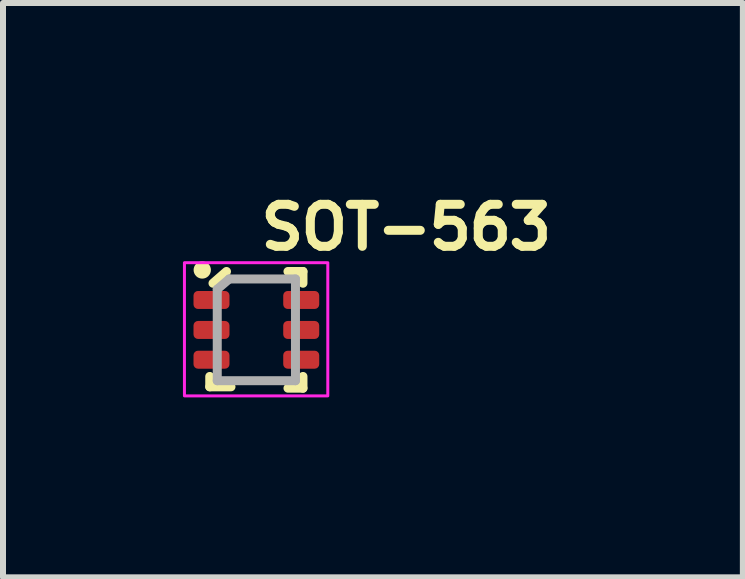
<source format=kicad_pcb>
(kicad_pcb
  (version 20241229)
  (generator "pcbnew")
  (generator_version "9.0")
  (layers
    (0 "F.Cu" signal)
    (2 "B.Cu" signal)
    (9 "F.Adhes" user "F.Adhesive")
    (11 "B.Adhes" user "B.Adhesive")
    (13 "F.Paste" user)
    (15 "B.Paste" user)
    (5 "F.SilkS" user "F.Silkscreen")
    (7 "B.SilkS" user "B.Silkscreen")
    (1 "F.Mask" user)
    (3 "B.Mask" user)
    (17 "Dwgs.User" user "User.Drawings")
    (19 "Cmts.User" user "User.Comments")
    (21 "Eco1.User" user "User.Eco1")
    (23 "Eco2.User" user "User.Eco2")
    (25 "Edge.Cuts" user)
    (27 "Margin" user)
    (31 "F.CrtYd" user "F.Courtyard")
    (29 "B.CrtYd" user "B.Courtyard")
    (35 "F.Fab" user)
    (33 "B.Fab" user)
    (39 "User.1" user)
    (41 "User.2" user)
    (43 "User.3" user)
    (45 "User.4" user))
  (footprint "SOT-563"
    (layer "F.Cu")
    (at 1.225 2.45)
    (property "Reference" "SOT-563" (at 0 -1.3 0) (layer "F.SilkS") (effects (font (size 0.7 0.7) (thickness 0.15)) (justify left bottom)))
    (attr smd)
    (fp_line (start -0.778 0.776) (end -0.778 0.949) (stroke (width 0.15) (type solid)) (layer "F.SilkS"))
    (fp_line (start -0.778 0.949) (end -0.424 0.949) (stroke (width 0.15) (type solid)) (layer "F.SilkS"))
    (fp_line (start -0.499 -0.974) (end -0.724 -0.778) (stroke (width 0.15) (type solid)) (layer "F.SilkS"))
    (fp_line (start 0.776 -0.974) (end 0.526 -0.974) (stroke (width 0.15) (type solid)) (layer "F.SilkS"))
    (fp_line (start 0.776 -0.974) (end 0.776 -0.778) (stroke (width 0.15) (type solid)) (layer "F.SilkS"))
    (fp_line (start 0.776 0.776) (end 0.776 0.972) (stroke (width 0.15) (type solid)) (layer "F.SilkS"))
    (fp_line (start 0.776 0.972) (end 0.526 0.972) (stroke (width 0.15) (type solid)) (layer "F.SilkS"))
    (fp_circle (center -0.903 -0.999) (end -0.952 -0.95) (stroke (width 0.15) (type solid)) (fill yes) (layer "F.SilkS"))
    (fp_rect (start 1.19 -1.12) (end -1.2 1.1) (stroke (width 0.05) (type solid)) (fill no) (layer "F.CrtYd"))
    (fp_line (start -0.653 -0.678) (end -0.653 0.847) (stroke (width 0.15) (type solid)) (layer "F.Fab"))
    (fp_line (start -0.453 -0.849) (end -0.653 -0.678) (stroke (width 0.15) (type solid)) (layer "F.Fab"))
    (fp_line (start -0.453 -0.849) (end 0.651 -0.849) (stroke (width 0.15) (type solid)) (layer "F.Fab"))
    (fp_line (start 0.651 -0.849) (end 0.651 0.847) (stroke (width 0.15) (type solid)) (layer "F.Fab"))
    (fp_line (start 0.651 0.847) (end -0.653 0.847) (stroke (width 0.15) (type solid)) (layer "F.Fab"))
    (fp_rect (start -0.849 -0.85) (end 0.847 0.848) (stroke (width 0.1) (type solid)) (fill no) (layer "User.5"))
    (fp_rect (start 0.847 -0.85) (end -0.849 0.848) (stroke (width 0.1) (type solid)) (fill no) (layer "User.5"))
    (fp_line (start -0.849 -0.619) (end -0.849 -0.379) (stroke (width 0.02) (type solid)) (layer "User.9"))
    (fp_line (start -0.849 -0.379) (end -0.749 -0.379) (stroke (width 0.02) (type solid)) (layer "User.9"))
    (fp_line (start -0.849 -0.12) (end -0.849 0.119) (stroke (width 0.02) (type solid)) (layer "User.9"))
    (fp_line (start -0.849 0.119) (end -0.749 0.119) (stroke (width 0.02) (type solid)) (layer "User.9"))
    (fp_line (start -0.849 0.377) (end -0.849 0.617) (stroke (width 0.02) (type solid)) (layer "User.9"))
    (fp_line (start -0.849 0.617) (end -0.749 0.617) (stroke (width 0.02) (type solid)) (layer "User.9"))
    (fp_line (start -0.749 -0.619) (end -0.849 -0.619) (stroke (width 0.02) (type solid)) (layer "User.9"))
    (fp_line (start -0.749 -0.379) (end -0.747 -0.379) (stroke (width 0.02) (type solid)) (layer "User.9"))
    (fp_line (start -0.749 -0.12) (end -0.849 -0.12) (stroke (width 0.02) (type solid)) (layer "User.9"))
    (fp_line (start -0.749 0.119) (end -0.747 0.119) (stroke (width 0.02) (type solid)) (layer "User.9"))
    (fp_line (start -0.749 0.377) (end -0.849 0.377) (stroke (width 0.02) (type solid)) (layer "User.9"))
    (fp_line (start -0.749 0.617) (end -0.747 0.618) (stroke (width 0.02) (type solid)) (layer "User.9"))
    (fp_line (start -0.747 -0.62) (end -0.749 -0.619) (stroke (width 0.02) (type solid)) (layer "User.9"))
    (fp_line (start -0.747 -0.379) (end -0.745 -0.379) (stroke (width 0.02) (type solid)) (layer "User.9"))
    (fp_line (start -0.747 -0.12) (end -0.749 -0.12) (stroke (width 0.02) (type solid)) (layer "User.9"))
    (fp_line (start -0.747 0.119) (end -0.745 0.119) (stroke (width 0.02) (type solid)) (layer "User.9"))
    (fp_line (start -0.747 0.377) (end -0.749 0.377) (stroke (width 0.02) (type solid)) (layer "User.9"))
    (fp_line (start -0.747 0.618) (end -0.745 0.618) (stroke (width 0.02) (type solid)) (layer "User.9"))
    (fp_line (start -0.745 -0.62) (end -0.747 -0.62) (stroke (width 0.02) (type solid)) (layer "User.9"))
    (fp_line (start -0.745 -0.379) (end -0.742 -0.379) (stroke (width 0.02) (type solid)) (layer "User.9"))
    (fp_line (start -0.745 -0.12) (end -0.747 -0.12) (stroke (width 0.02) (type solid)) (layer "User.9"))
    (fp_line (start -0.745 0.119) (end -0.742 0.119) (stroke (width 0.02) (type solid)) (layer "User.9"))
    (fp_line (start -0.745 0.377) (end -0.747 0.377) (stroke (width 0.02) (type solid)) (layer "User.9"))
    (fp_line (start -0.745 0.618) (end -0.742 0.618) (stroke (width 0.02) (type solid)) (layer "User.9"))
    (fp_line (start -0.742 -0.62) (end -0.745 -0.62) (stroke (width 0.02) (type solid)) (layer "User.9"))
    (fp_line (start -0.742 -0.379) (end -0.74 -0.379) (stroke (width 0.02) (type solid)) (layer "User.9"))
    (fp_line (start -0.742 -0.12) (end -0.745 -0.12) (stroke (width 0.02) (type solid)) (layer "User.9"))
    (fp_line (start -0.742 0.119) (end -0.74 0.119) (stroke (width 0.02) (type solid)) (layer "User.9"))
    (fp_line (start -0.742 0.377) (end -0.745 0.377) (stroke (width 0.02) (type solid)) (layer "User.9"))
    (fp_line (start -0.742 0.618) (end -0.74 0.618) (stroke (width 0.02) (type solid)) (layer "User.9"))
    (fp_line (start -0.74 -0.62) (end -0.742 -0.62) (stroke (width 0.02) (type solid)) (layer "User.9"))
    (fp_line (start -0.74 -0.379) (end -0.738 -0.378) (stroke (width 0.02) (type solid)) (layer "User.9"))
    (fp_line (start -0.74 -0.12) (end -0.742 -0.12) (stroke (width 0.02) (type solid)) (layer "User.9"))
    (fp_line (start -0.74 0.119) (end -0.738 0.119) (stroke (width 0.02) (type solid)) (layer "User.9"))
    (fp_line (start -0.74 0.377) (end -0.742 0.377) (stroke (width 0.02) (type solid)) (layer "User.9"))
    (fp_line (start -0.74 0.618) (end -0.738 0.619) (stroke (width 0.02) (type solid)) (layer "User.9"))
    (fp_line (start -0.738 -0.621) (end -0.74 -0.62) (stroke (width 0.02) (type solid)) (layer "User.9"))
    (fp_line (start -0.738 -0.378) (end -0.735 -0.377) (stroke (width 0.02) (type solid)) (layer "User.9"))
    (fp_line (start -0.738 -0.121) (end -0.74 -0.12) (stroke (width 0.02) (type solid)) (layer "User.9"))
    (fp_line (start -0.738 0.119) (end -0.735 0.12) (stroke (width 0.02) (type solid)) (layer "User.9"))
    (fp_line (start -0.738 0.376) (end -0.74 0.377) (stroke (width 0.02) (type solid)) (layer "User.9"))
    (fp_line (start -0.738 0.619) (end -0.735 0.62) (stroke (width 0.02) (type solid)) (layer "User.9"))
    (fp_line (start -0.735 -0.622) (end -0.738 -0.621) (stroke (width 0.02) (type solid)) (layer "User.9"))
    (fp_line (start -0.735 -0.377) (end -0.733 -0.376) (stroke (width 0.02) (type solid)) (layer "User.9"))
    (fp_line (start -0.735 -0.122) (end -0.738 -0.121) (stroke (width 0.02) (type solid)) (layer "User.9"))
    (fp_line (start -0.735 0.12) (end -0.733 0.121) (stroke (width 0.02) (type solid)) (layer "User.9"))
    (fp_line (start -0.735 0.375) (end -0.738 0.376) (stroke (width 0.02) (type solid)) (layer "User.9"))
    (fp_line (start -0.735 0.62) (end -0.733 0.621) (stroke (width 0.02) (type solid)) (layer "User.9"))
    (fp_line (start -0.733 -0.623) (end -0.735 -0.622) (stroke (width 0.02) (type solid)) (layer "User.9"))
    (fp_line (start -0.733 -0.376) (end -0.731 -0.376) (stroke (width 0.02) (type solid)) (layer "User.9"))
    (fp_line (start -0.733 -0.123) (end -0.735 -0.122) (stroke (width 0.02) (type solid)) (layer "User.9"))
    (fp_line (start -0.733 0.121) (end -0.731 0.121) (stroke (width 0.02) (type solid)) (layer "User.9"))
    (fp_line (start -0.733 0.374) (end -0.735 0.375) (stroke (width 0.02) (type solid)) (layer "User.9"))
    (fp_line (start -0.733 0.621) (end -0.731 0.621) (stroke (width 0.02) (type solid)) (layer "User.9"))
    (fp_line (start -0.731 -0.623) (end -0.733 -0.623) (stroke (width 0.02) (type solid)) (layer "User.9"))
    (fp_line (start -0.731 -0.376) (end -0.729 -0.375) (stroke (width 0.02) (type solid)) (layer "User.9"))
    (fp_line (start -0.731 -0.123) (end -0.733 -0.123) (stroke (width 0.02) (type solid)) (layer "User.9"))
    (fp_line (start -0.731 0.121) (end -0.729 0.122) (stroke (width 0.02) (type solid)) (layer "User.9"))
    (fp_line (start -0.731 0.374) (end -0.733 0.374) (stroke (width 0.02) (type solid)) (layer "User.9"))
    (fp_line (start -0.731 0.621) (end -0.729 0.622) (stroke (width 0.02) (type solid)) (layer "User.9"))
    (fp_line (start -0.729 -0.624) (end -0.731 -0.623) (stroke (width 0.02) (type solid)) (layer "User.9"))
    (fp_line (start -0.729 -0.375) (end -0.727 -0.373) (stroke (width 0.02) (type solid)) (layer "User.9"))
    (fp_line (start -0.729 -0.124) (end -0.731 -0.123) (stroke (width 0.02) (type solid)) (layer "User.9"))
    (fp_line (start -0.729 0.122) (end -0.727 0.124) (stroke (width 0.02) (type solid)) (layer "User.9"))
    (fp_line (start -0.729 0.373) (end -0.731 0.374) (stroke (width 0.02) (type solid)) (layer "User.9"))
    (fp_line (start -0.729 0.622) (end -0.727 0.624) (stroke (width 0.02) (type solid)) (layer "User.9"))
    (fp_line (start -0.727 -0.626) (end -0.729 -0.624) (stroke (width 0.02) (type solid)) (layer "User.9"))
    (fp_line (start -0.727 -0.373) (end -0.725 -0.372) (stroke (width 0.02) (type solid)) (layer "User.9"))
    (fp_line (start -0.727 -0.126) (end -0.729 -0.124) (stroke (width 0.02) (type solid)) (layer "User.9"))
    (fp_line (start -0.727 0.124) (end -0.725 0.125) (stroke (width 0.02) (type solid)) (layer "User.9"))
    (fp_line (start -0.727 0.371) (end -0.729 0.373) (stroke (width 0.02) (type solid)) (layer "User.9"))
    (fp_line (start -0.727 0.624) (end -0.725 0.625) (stroke (width 0.02) (type solid)) (layer "User.9"))
    (fp_line (start -0.725 -0.627) (end -0.727 -0.626) (stroke (width 0.02) (type solid)) (layer "User.9"))
    (fp_line (start -0.725 -0.372) (end -0.723 -0.371) (stroke (width 0.02) (type solid)) (layer "User.9"))
    (fp_line (start -0.725 -0.127) (end -0.727 -0.126) (stroke (width 0.02) (type solid)) (layer "User.9"))
    (fp_line (start -0.725 0.125) (end -0.723 0.129) (stroke (width 0.02) (type solid)) (layer "User.9"))
    (fp_line (start -0.725 0.37) (end -0.727 0.371) (stroke (width 0.02) (type solid)) (layer "User.9"))
    (fp_line (start -0.725 0.625) (end -0.723 0.626) (stroke (width 0.02) (type solid)) (layer "User.9"))
    (fp_line (start -0.723 -0.628) (end -0.725 -0.627) (stroke (width 0.02) (type solid)) (layer "User.9"))
    (fp_line (start -0.723 -0.371) (end -0.721 -0.369) (stroke (width 0.02) (type solid)) (layer "User.9"))
    (fp_line (start -0.723 -0.131) (end -0.725 -0.127) (stroke (width 0.02) (type solid)) (layer "User.9"))
    (fp_line (start -0.723 0.129) (end -0.721 0.131) (stroke (width 0.02) (type solid)) (layer "User.9"))
    (fp_line (start -0.723 0.369) (end -0.725 0.37) (stroke (width 0.02) (type solid)) (layer "User.9"))
    (fp_line (start -0.723 0.626) (end -0.721 0.628) (stroke (width 0.02) (type solid)) (layer "User.9"))
    (fp_line (start -0.721 -0.63) (end -0.723 -0.628) (stroke (width 0.02) (type solid)) (layer "User.9"))
    (fp_line (start -0.721 -0.369) (end -0.719 -0.368) (stroke (width 0.02) (type solid)) (layer "User.9"))
    (fp_line (start -0.721 -0.133) (end -0.723 -0.131) (stroke (width 0.02) (type solid)) (layer "User.9"))
    (fp_line (start -0.721 0.131) (end -0.719 0.132) (stroke (width 0.02) (type solid)) (layer "User.9"))
    (fp_line (start -0.721 0.367) (end -0.723 0.369) (stroke (width 0.02) (type solid)) (layer "User.9"))
    (fp_line (start -0.721 0.628) (end -0.719 0.629) (stroke (width 0.02) (type solid)) (layer "User.9"))
    (fp_line (start -0.719 -0.631) (end -0.721 -0.63) (stroke (width 0.02) (type solid)) (layer "User.9"))
    (fp_line (start -0.719 -0.368) (end -0.717 -0.366) (stroke (width 0.02) (type solid)) (layer "User.9"))
    (fp_line (start -0.719 -0.134) (end -0.721 -0.133) (stroke (width 0.02) (type solid)) (layer "User.9"))
    (fp_line (start -0.719 0.132) (end -0.717 0.134) (stroke (width 0.02) (type solid)) (layer "User.9"))
    (fp_line (start -0.719 0.366) (end -0.721 0.367) (stroke (width 0.02) (type solid)) (layer "User.9"))
    (fp_line (start -0.719 0.629) (end -0.717 0.631) (stroke (width 0.02) (type solid)) (layer "User.9"))
    (fp_line (start -0.717 -0.633) (end -0.719 -0.631) (stroke (width 0.02) (type solid)) (layer "User.9"))
    (fp_line (start -0.717 -0.366) (end -0.716 -0.365) (stroke (width 0.02) (type solid)) (layer "User.9"))
    (fp_line (start -0.717 -0.136) (end -0.719 -0.134) (stroke (width 0.02) (type solid)) (layer "User.9"))
    (fp_line (start -0.717 0.134) (end -0.716 0.135) (stroke (width 0.02) (type solid)) (layer "User.9"))
    (fp_line (start -0.717 0.364) (end -0.719 0.366) (stroke (width 0.02) (type solid)) (layer "User.9"))
    (fp_line (start -0.717 0.631) (end -0.716 0.632) (stroke (width 0.02) (type solid)) (layer "User.9"))
    (fp_line (start -0.716 -0.634) (end -0.717 -0.633) (stroke (width 0.02) (type solid)) (layer "User.9"))
    (fp_line (start -0.716 -0.634) (end -0.716 -0.634) (stroke (width 0.02) (type solid)) (layer "User.9"))
    (fp_line (start -0.716 -0.365) (end -0.716 -0.365) (stroke (width 0.02) (type solid)) (layer "User.9"))
    (fp_line (start -0.716 -0.365) (end -0.714 -0.363) (stroke (width 0.02) (type solid)) (layer "User.9"))
    (fp_line (start -0.716 -0.137) (end -0.717 -0.136) (stroke (width 0.02) (type solid)) (layer "User.9"))
    (fp_line (start -0.716 -0.137) (end -0.716 -0.137) (stroke (width 0.02) (type solid)) (layer "User.9"))
    (fp_line (start -0.716 0.135) (end -0.716 0.135) (stroke (width 0.02) (type solid)) (layer "User.9"))
    (fp_line (start -0.716 0.135) (end -0.714 0.137) (stroke (width 0.02) (type solid)) (layer "User.9"))
    (fp_line (start -0.716 0.363) (end -0.717 0.364) (stroke (width 0.02) (type solid)) (layer "User.9"))
    (fp_line (start -0.716 0.363) (end -0.716 0.363) (stroke (width 0.02) (type solid)) (layer "User.9"))
    (fp_line (start -0.716 0.632) (end -0.716 0.632) (stroke (width 0.02) (type solid)) (layer "User.9"))
    (fp_line (start -0.716 0.632) (end -0.714 0.634) (stroke (width 0.02) (type solid)) (layer "User.9"))
    (fp_line (start -0.714 -0.636) (end -0.716 -0.634) (stroke (width 0.02) (type solid)) (layer "User.9"))
    (fp_line (start -0.714 -0.363) (end -0.713 -0.361) (stroke (width 0.02) (type solid)) (layer "User.9"))
    (fp_line (start -0.714 -0.139) (end -0.716 -0.137) (stroke (width 0.02) (type solid)) (layer "User.9"))
    (fp_line (start -0.714 0.137) (end -0.713 0.139) (stroke (width 0.02) (type solid)) (layer "User.9"))
    (fp_line (start -0.714 0.361) (end -0.716 0.363) (stroke (width 0.02) (type solid)) (layer "User.9"))
    (fp_line (start -0.714 0.634) (end -0.713 0.636) (stroke (width 0.02) (type solid)) (layer "User.9"))
    (fp_line (start -0.713 -0.638) (end -0.714 -0.636) (stroke (width 0.02) (type solid)) (layer "User.9"))
    (fp_line (start -0.713 -0.361) (end -0.711 -0.359) (stroke (width 0.02) (type solid)) (layer "User.9"))
    (fp_line (start -0.713 -0.141) (end -0.714 -0.139) (stroke (width 0.02) (type solid)) (layer "User.9"))
    (fp_line (start -0.713 0.139) (end -0.711 0.141) (stroke (width 0.02) (type solid)) (layer "User.9"))
    (fp_line (start -0.713 0.359) (end -0.714 0.361) (stroke (width 0.02) (type solid)) (layer "User.9"))
    (fp_line (start -0.713 0.636) (end -0.711 0.641) (stroke (width 0.02) (type solid)) (layer "User.9"))
    (fp_line (start -0.711 -0.643) (end -0.713 -0.638) (stroke (width 0.02) (type solid)) (layer "User.9"))
    (fp_line (start -0.711 -0.359) (end -0.71 -0.357) (stroke (width 0.02) (type solid)) (layer "User.9"))
    (fp_line (start -0.711 -0.142) (end -0.713 -0.141) (stroke (width 0.02) (type solid)) (layer "User.9"))
    (fp_line (start -0.711 0.141) (end -0.71 0.142) (stroke (width 0.02) (type solid)) (layer "User.9"))
    (fp_line (start -0.711 0.357) (end -0.713 0.359) (stroke (width 0.02) (type solid)) (layer "User.9"))
    (fp_line (start -0.711 0.641) (end -0.71 0.643) (stroke (width 0.02) (type solid)) (layer "User.9"))
    (fp_line (start -0.71 -0.645) (end -0.711 -0.643) (stroke (width 0.02) (type solid)) (layer "User.9"))
    (fp_line (start -0.71 -0.357) (end -0.709 -0.355) (stroke (width 0.02) (type solid)) (layer "User.9"))
    (fp_line (start -0.71 -0.144) (end -0.711 -0.142) (stroke (width 0.02) (type solid)) (layer "User.9"))
    (fp_line (start -0.71 0.142) (end -0.709 0.144) (stroke (width 0.02) (type solid)) (layer "User.9"))
    (fp_line (start -0.71 0.355) (end -0.711 0.357) (stroke (width 0.02) (type solid)) (layer "User.9"))
    (fp_line (start -0.71 0.643) (end -0.709 0.645) (stroke (width 0.02) (type solid)) (layer "User.9"))
    (fp_line (start -0.709 -0.647) (end -0.71 -0.645) (stroke (width 0.02) (type solid)) (layer "User.9"))
    (fp_line (start -0.709 -0.355) (end -0.708 -0.353) (stroke (width 0.02) (type solid)) (layer "User.9"))
    (fp_line (start -0.709 -0.145) (end -0.71 -0.144) (stroke (width 0.02) (type solid)) (layer "User.9"))
    (fp_line (start -0.709 0.144) (end -0.708 0.144) (stroke (width 0.02) (type solid)) (layer "User.9"))
    (fp_line (start -0.709 0.353) (end -0.71 0.355) (stroke (width 0.02) (type solid)) (layer "User.9"))
    (fp_line (start -0.709 0.645) (end -0.708 0.647) (stroke (width 0.02) (type solid)) (layer "User.9"))
    (fp_line (start -0.708 -0.649) (end -0.709 -0.647) (stroke (width 0.02) (type solid)) (layer "User.9"))
    (fp_line (start -0.708 -0.353) (end -0.707 -0.352) (stroke (width 0.02) (type solid)) (layer "User.9"))
    (fp_line (start -0.708 -0.146) (end -0.709 -0.145) (stroke (width 0.02) (type solid)) (layer "User.9"))
    (fp_line (start -0.708 0.144) (end -0.707 0.147) (stroke (width 0.02) (type solid)) (layer "User.9"))
    (fp_line (start -0.708 0.351) (end -0.709 0.353) (stroke (width 0.02) (type solid)) (layer "User.9"))
    (fp_line (start -0.708 0.647) (end -0.707 0.65) (stroke (width 0.02) (type solid)) (layer "User.9"))
    (fp_line (start -0.707 -0.652) (end -0.708 -0.649) (stroke (width 0.02) (type solid)) (layer "User.9"))
    (fp_line (start -0.707 -0.352) (end -0.706 -0.35) (stroke (width 0.02) (type solid)) (layer "User.9"))
    (fp_line (start -0.707 -0.149) (end -0.708 -0.146) (stroke (width 0.02) (type solid)) (layer "User.9"))
    (fp_line (start -0.707 0.147) (end -0.706 0.149) (stroke (width 0.02) (type solid)) (layer "User.9"))
    (fp_line (start -0.707 0.35) (end -0.708 0.351) (stroke (width 0.02) (type solid)) (layer "User.9"))
    (fp_line (start -0.707 0.65) (end -0.706 0.652) (stroke (width 0.02) (type solid)) (layer "User.9"))
    (fp_line (start -0.706 -0.654) (end -0.707 -0.652) (stroke (width 0.02) (type solid)) (layer "User.9"))
    (fp_line (start -0.706 -0.35) (end -0.705 -0.348) (stroke (width 0.02) (type solid)) (layer "User.9"))
    (fp_line (start -0.706 -0.151) (end -0.707 -0.149) (stroke (width 0.02) (type solid)) (layer "User.9"))
    (fp_line (start -0.706 0.149) (end -0.705 0.151) (stroke (width 0.02) (type solid)) (layer "User.9"))
    (fp_line (start -0.706 0.348) (end -0.707 0.35) (stroke (width 0.02) (type solid)) (layer "User.9"))
    (fp_line (start -0.706 0.652) (end -0.705 0.654) (stroke (width 0.02) (type solid)) (layer "User.9"))
    (fp_line (start -0.705 -0.658) (end -0.705 -0.656) (stroke (width 0.02) (type solid)) (layer "User.9"))
    (fp_line (start -0.705 -0.656) (end -0.706 -0.654) (stroke (width 0.02) (type solid)) (layer "User.9"))
    (fp_line (start -0.705 -0.348) (end -0.705 -0.346) (stroke (width 0.02) (type solid)) (layer "User.9"))
    (fp_line (start -0.705 -0.346) (end -0.704 -0.344) (stroke (width 0.02) (type solid)) (layer "User.9"))
    (fp_line (start -0.705 -0.155) (end -0.705 -0.153) (stroke (width 0.02) (type solid)) (layer "User.9"))
    (fp_line (start -0.705 -0.153) (end -0.706 -0.151) (stroke (width 0.02) (type solid)) (layer "User.9"))
    (fp_line (start -0.705 0.151) (end -0.705 0.153) (stroke (width 0.02) (type solid)) (layer "User.9"))
    (fp_line (start -0.705 0.153) (end -0.704 0.156) (stroke (width 0.02) (type solid)) (layer "User.9"))
    (fp_line (start -0.705 0.344) (end -0.705 0.346) (stroke (width 0.02) (type solid)) (layer "User.9"))
    (fp_line (start -0.705 0.346) (end -0.706 0.348) (stroke (width 0.02) (type solid)) (layer "User.9"))
    (fp_line (start -0.705 0.654) (end -0.705 0.656) (stroke (width 0.02) (type solid)) (layer "User.9"))
    (fp_line (start -0.705 0.656) (end -0.704 0.659) (stroke (width 0.02) (type solid)) (layer "User.9"))
    (fp_line (start -0.704 -0.673) (end -0.704 -0.67) (stroke (width 0.02) (type solid)) (layer "User.9"))
    (fp_line (start -0.704 -0.67) (end -0.704 -0.668) (stroke (width 0.02) (type solid)) (layer "User.9"))
    (fp_line (start -0.704 -0.668) (end -0.704 -0.665) (stroke (width 0.02) (type solid)) (layer "User.9"))
    (fp_line (start -0.704 -0.665) (end -0.704 -0.663) (stroke (width 0.02) (type solid)) (layer "User.9"))
    (fp_line (start -0.704 -0.663) (end -0.704 -0.661) (stroke (width 0.02) (type solid)) (layer "User.9"))
    (fp_line (start -0.704 -0.661) (end -0.705 -0.658) (stroke (width 0.02) (type solid)) (layer "User.9"))
    (fp_line (start -0.704 -0.344) (end -0.704 -0.342) (stroke (width 0.02) (type solid)) (layer "User.9"))
    (fp_line (start -0.704 -0.342) (end -0.704 -0.34) (stroke (width 0.02) (type solid)) (layer "User.9"))
    (fp_line (start -0.704 -0.34) (end -0.704 -0.337) (stroke (width 0.02) (type solid)) (layer "User.9"))
    (fp_line (start -0.704 -0.337) (end -0.704 -0.335) (stroke (width 0.02) (type solid)) (layer "User.9"))
    (fp_line (start -0.704 -0.335) (end -0.704 -0.333) (stroke (width 0.02) (type solid)) (layer "User.9"))
    (fp_line (start -0.704 -0.333) (end -0.653 -0.333) (stroke (width 0.02) (type solid)) (layer "User.9"))
    (fp_line (start -0.704 -0.172) (end -0.704 -0.17) (stroke (width 0.02) (type solid)) (layer "User.9"))
    (fp_line (start -0.704 -0.17) (end -0.704 -0.168) (stroke (width 0.02) (type solid)) (layer "User.9"))
    (fp_line (start -0.704 -0.168) (end -0.704 -0.165) (stroke (width 0.02) (type solid)) (layer "User.9"))
    (fp_line (start -0.704 -0.165) (end -0.704 -0.163) (stroke (width 0.02) (type solid)) (layer "User.9"))
    (fp_line (start -0.704 -0.163) (end -0.704 -0.158) (stroke (width 0.02) (type solid)) (layer "User.9"))
    (fp_line (start -0.704 -0.158) (end -0.705 -0.155) (stroke (width 0.02) (type solid)) (layer "User.9"))
    (fp_line (start -0.704 0.156) (end -0.704 0.161) (stroke (width 0.02) (type solid)) (layer "User.9"))
    (fp_line (start -0.704 0.161) (end -0.704 0.163) (stroke (width 0.02) (type solid)) (layer "User.9"))
    (fp_line (start -0.704 0.163) (end -0.704 0.166) (stroke (width 0.02) (type solid)) (layer "User.9"))
    (fp_line (start -0.704 0.166) (end -0.704 0.168) (stroke (width 0.02) (type solid)) (layer "User.9"))
    (fp_line (start -0.704 0.168) (end -0.704 0.171) (stroke (width 0.02) (type solid)) (layer "User.9"))
    (fp_line (start -0.704 0.171) (end -0.653 0.171) (stroke (width 0.02) (type solid)) (layer "User.9"))
    (fp_line (start -0.704 0.331) (end -0.704 0.333) (stroke (width 0.02) (type solid)) (layer "User.9"))
    (fp_line (start -0.704 0.333) (end -0.704 0.335) (stroke (width 0.02) (type solid)) (layer "User.9"))
    (fp_line (start -0.704 0.335) (end -0.704 0.338) (stroke (width 0.02) (type solid)) (layer "User.9"))
    (fp_line (start -0.704 0.338) (end -0.704 0.34) (stroke (width 0.02) (type solid)) (layer "User.9"))
    (fp_line (start -0.704 0.34) (end -0.704 0.342) (stroke (width 0.02) (type solid)) (layer "User.9"))
    (fp_line (start -0.704 0.342) (end -0.705 0.344) (stroke (width 0.02) (type solid)) (layer "User.9"))
    (fp_line (start -0.704 0.659) (end -0.704 0.661) (stroke (width 0.02) (type solid)) (layer "User.9"))
    (fp_line (start -0.704 0.661) (end -0.704 0.663) (stroke (width 0.02) (type solid)) (layer "User.9"))
    (fp_line (start -0.704 0.663) (end -0.704 0.666) (stroke (width 0.02) (type solid)) (layer "User.9"))
    (fp_line (start -0.704 0.666) (end -0.704 0.668) (stroke (width 0.02) (type solid)) (layer "User.9"))
    (fp_line (start -0.704 0.668) (end -0.704 0.671) (stroke (width 0.02) (type solid)) (layer "User.9"))
    (fp_line (start -0.704 0.671) (end -0.653 0.671) (stroke (width 0.02) (type solid)) (layer "User.9"))
    (fp_line (start -0.653 -0.833) (end -0.653 -0.833) (stroke (width 0.02) (type solid)) (layer "User.9"))
    (fp_line (start -0.653 -0.833) (end -0.653 -0.832) (stroke (width 0.02) (type solid)) (layer "User.9"))
    (fp_line (start -0.653 -0.832) (end -0.653 0.83) (stroke (width 0.02) (type solid)) (layer "User.9"))
    (fp_line (start -0.653 -0.673) (end -0.704 -0.673) (stroke (width 0.02) (type solid)) (layer "User.9"))
    (fp_line (start -0.653 -0.172) (end -0.704 -0.172) (stroke (width 0.02) (type solid)) (layer "User.9"))
    (fp_line (start -0.653 0.331) (end -0.704 0.331) (stroke (width 0.02) (type solid)) (layer "User.9"))
    (fp_line (start -0.653 0.831) (end -0.653 0.83) (stroke (width 0.02) (type solid)) (layer "User.9"))
    (fp_line (start -0.653 0.832) (end -0.653 0.831) (stroke (width 0.02) (type solid)) (layer "User.9"))
    (fp_line (start -0.652 -0.836) (end -0.652 -0.835) (stroke (width 0.02) (type solid)) (layer "User.9"))
    (fp_line (start -0.652 -0.835) (end -0.652 -0.834) (stroke (width 0.02) (type solid)) (layer "User.9"))
    (fp_line (start -0.652 -0.834) (end -0.652 -0.833) (stroke (width 0.02) (type solid)) (layer "User.9"))
    (fp_line (start -0.652 -0.833) (end -0.653 -0.833) (stroke (width 0.02) (type solid)) (layer "User.9"))
    (fp_line (start -0.652 -0.833) (end -0.652 -0.833) (stroke (width 0.02) (type solid)) (layer "User.9"))
    (fp_line (start -0.652 0.832) (end -0.653 0.832) (stroke (width 0.02) (type solid)) (layer "User.9"))
    (fp_line (start -0.652 0.832) (end -0.652 0.832) (stroke (width 0.02) (type solid)) (layer "User.9"))
    (fp_line (start -0.652 0.832) (end -0.652 0.832) (stroke (width 0.02) (type solid)) (layer "User.9"))
    (fp_line (start -0.652 0.833) (end -0.652 0.832) (stroke (width 0.02) (type solid)) (layer "User.9"))
    (fp_line (start -0.652 0.834) (end -0.652 0.833) (stroke (width 0.02) (type solid)) (layer "User.9"))
    (fp_line (start -0.651 -0.838) (end -0.651 -0.837) (stroke (width 0.02) (type solid)) (layer "User.9"))
    (fp_line (start -0.651 -0.837) (end -0.652 -0.836) (stroke (width 0.02) (type solid)) (layer "User.9"))
    (fp_line (start -0.651 0.835) (end -0.652 0.834) (stroke (width 0.02) (type solid)) (layer "User.9"))
    (fp_line (start -0.651 0.836) (end -0.651 0.835) (stroke (width 0.02) (type solid)) (layer "User.9"))
    (fp_line (start -0.65 -0.84) (end -0.65 -0.839) (stroke (width 0.02) (type solid)) (layer "User.9"))
    (fp_line (start -0.65 -0.839) (end -0.651 -0.838) (stroke (width 0.02) (type solid)) (layer "User.9"))
    (fp_line (start -0.65 0.837) (end -0.651 0.836) (stroke (width 0.02) (type solid)) (layer "User.9"))
    (fp_line (start -0.65 0.838) (end -0.65 0.837) (stroke (width 0.02) (type solid)) (layer "User.9"))
    (fp_line (start -0.649 -0.841) (end -0.65 -0.84) (stroke (width 0.02) (type solid)) (layer "User.9"))
    (fp_line (start -0.649 -0.841) (end -0.649 -0.841) (stroke (width 0.02) (type solid)) (layer "User.9"))
    (fp_line (start -0.649 0.839) (end -0.65 0.838) (stroke (width 0.02) (type solid)) (layer "User.9"))
    (fp_line (start -0.649 0.839) (end -0.649 0.839) (stroke (width 0.02) (type solid)) (layer "User.9"))
    (fp_line (start -0.648 -0.842) (end -0.649 -0.841) (stroke (width 0.02) (type solid)) (layer "User.9"))
    (fp_line (start -0.648 0.84) (end -0.649 0.839) (stroke (width 0.02) (type solid)) (layer "User.9"))
    (fp_line (start -0.647 -0.844) (end -0.647 -0.843) (stroke (width 0.02) (type solid)) (layer "User.9"))
    (fp_line (start -0.647 -0.843) (end -0.648 -0.842) (stroke (width 0.02) (type solid)) (layer "User.9"))
    (fp_line (start -0.647 0.841) (end -0.648 0.84) (stroke (width 0.02) (type solid)) (layer "User.9"))
    (fp_line (start -0.647 0.842) (end -0.647 0.841) (stroke (width 0.02) (type solid)) (layer "User.9"))
    (fp_line (start -0.646 -0.844) (end -0.647 -0.844) (stroke (width 0.02) (type solid)) (layer "User.9"))
    (fp_line (start -0.646 0.842) (end -0.647 0.842) (stroke (width 0.02) (type solid)) (layer "User.9"))
    (fp_line (start -0.645 -0.845) (end -0.646 -0.844) (stroke (width 0.02) (type solid)) (layer "User.9"))
    (fp_line (start -0.645 0.843) (end -0.646 0.842) (stroke (width 0.02) (type solid)) (layer "User.9"))
    (fp_line (start -0.644 -0.846) (end -0.645 -0.845) (stroke (width 0.02) (type solid)) (layer "User.9"))
    (fp_line (start -0.644 -0.846) (end -0.644 -0.846) (stroke (width 0.02) (type solid)) (layer "User.9"))
    (fp_line (start -0.644 0.844) (end -0.645 0.843) (stroke (width 0.02) (type solid)) (layer "User.9"))
    (fp_line (start -0.644 0.844) (end -0.644 0.844) (stroke (width 0.02) (type solid)) (layer "User.9"))
    (fp_line (start -0.643 -0.847) (end -0.644 -0.846) (stroke (width 0.02) (type solid)) (layer "User.9"))
    (fp_line (start -0.643 0.845) (end -0.644 0.844) (stroke (width 0.02) (type solid)) (layer "User.9"))
    (fp_line (start -0.639 -0.847) (end -0.643 -0.847) (stroke (width 0.02) (type solid)) (layer "User.9"))
    (fp_line (start -0.639 0.845) (end -0.643 0.845) (stroke (width 0.02) (type solid)) (layer "User.9"))
    (fp_line (start -0.638 -0.848) (end -0.639 -0.847) (stroke (width 0.02) (type solid)) (layer "User.9"))
    (fp_line (start -0.638 0.846) (end -0.639 0.845) (stroke (width 0.02) (type solid)) (layer "User.9"))
    (fp_line (start -0.637 -0.848) (end -0.638 -0.848) (stroke (width 0.02) (type solid)) (layer "User.9"))
    (fp_line (start -0.637 0.846) (end -0.638 0.846) (stroke (width 0.02) (type solid)) (layer "User.9"))
    (fp_line (start -0.636 -0.849) (end -0.637 -0.848) (stroke (width 0.02) (type solid)) (layer "User.9"))
    (fp_line (start -0.636 0.847) (end -0.637 0.846) (stroke (width 0.02) (type solid)) (layer "User.9"))
    (fp_line (start -0.635 -0.849) (end -0.636 -0.849) (stroke (width 0.02) (type solid)) (layer "User.9"))
    (fp_line (start -0.635 0.847) (end -0.636 0.847) (stroke (width 0.02) (type solid)) (layer "User.9"))
    (fp_line (start -0.634 -0.849) (end -0.635 -0.849) (stroke (width 0.02) (type solid)) (layer "User.9"))
    (fp_line (start -0.634 0.847) (end -0.635 0.847) (stroke (width 0.02) (type solid)) (layer "User.9"))
    (fp_line (start -0.633 -0.849) (end -0.634 -0.849) (stroke (width 0.02) (type solid)) (layer "User.9"))
    (fp_line (start -0.633 0.847) (end -0.634 0.847) (stroke (width 0.02) (type solid)) (layer "User.9"))
    (fp_line (start -0.632 -0.85) (end -0.632 -0.849) (stroke (width 0.02) (type solid)) (layer "User.9"))
    (fp_line (start -0.632 -0.849) (end -0.633 -0.849) (stroke (width 0.02) (type solid)) (layer "User.9"))
    (fp_line (start -0.632 0.847) (end -0.633 0.847) (stroke (width 0.02) (type solid)) (layer "User.9"))
    (fp_line (start -0.632 0.848) (end -0.632 0.847) (stroke (width 0.02) (type solid)) (layer "User.9"))
    (fp_line (start -0.631 -0.85) (end -0.632 -0.85) (stroke (width 0.02) (type solid)) (layer "User.9"))
    (fp_line (start -0.631 0.848) (end -0.632 0.848) (stroke (width 0.02) (type solid)) (layer "User.9"))
    (fp_line (start -0.63 -0.849) (end -0.631 -0.85) (stroke (width 0.02) (type solid)) (layer "User.9"))
    (fp_line (start -0.63 0.847) (end -0.631 0.848) (stroke (width 0.02) (type solid)) (layer "User.9"))
    (fp_line (start -0.63 0.847) (end 0.628 0.847) (stroke (width 0.02) (type solid)) (layer "User.9"))
    (fp_line (start -0.6 -0.787) (end -0.6 -0.786) (stroke (width 0.02) (type solid)) (layer "User.9"))
    (fp_line (start -0.6 -0.786) (end -0.6 -0.785) (stroke (width 0.02) (type solid)) (layer "User.9"))
    (fp_line (start -0.6 -0.785) (end -0.6 -0.784) (stroke (width 0.02) (type solid)) (layer "User.9"))
    (fp_line (start -0.6 -0.784) (end -0.6 -0.783) (stroke (width 0.02) (type solid)) (layer "User.9"))
    (fp_line (start -0.6 -0.783) (end -0.6 -0.782) (stroke (width 0.02) (type solid)) (layer "User.9"))
    (fp_line (start -0.6 -0.782) (end -0.6 -0.781) (stroke (width 0.02) (type solid)) (layer "User.9"))
    (fp_line (start -0.6 -0.781) (end -0.6 -0.78) (stroke (width 0.02) (type solid)) (layer "User.9"))
    (fp_line (start -0.6 -0.78) (end -0.6 -0.779) (stroke (width 0.02) (type solid)) (layer "User.9"))
    (fp_line (start -0.6 -0.779) (end -0.6 -0.778) (stroke (width 0.02) (type solid)) (layer "User.9"))
    (fp_line (start -0.6 -0.778) (end -0.599 -0.777) (stroke (width 0.02) (type solid)) (layer "User.9"))
    (fp_line (start -0.6 0.776) (end -0.6 0.777) (stroke (width 0.02) (type solid)) (layer "User.9"))
    (fp_line (start -0.6 0.777) (end -0.6 0.778) (stroke (width 0.02) (type solid)) (layer "User.9"))
    (fp_line (start -0.6 0.778) (end -0.6 0.779) (stroke (width 0.02) (type solid)) (layer "User.9"))
    (fp_line (start -0.6 0.779) (end -0.6 0.78) (stroke (width 0.02) (type solid)) (layer "User.9"))
    (fp_line (start -0.6 0.78) (end -0.6 0.781) (stroke (width 0.02) (type solid)) (layer "User.9"))
    (fp_line (start -0.6 0.781) (end -0.6 0.782) (stroke (width 0.02) (type solid)) (layer "User.9"))
    (fp_line (start -0.6 0.782) (end -0.6 0.783) (stroke (width 0.02) (type solid)) (layer "User.9"))
    (fp_line (start -0.6 0.783) (end -0.6 0.784) (stroke (width 0.02) (type solid)) (layer "User.9"))
    (fp_line (start -0.6 0.784) (end -0.6 0.785) (stroke (width 0.02) (type solid)) (layer "User.9"))
    (fp_line (start -0.6 0.785) (end -0.599 0.786) (stroke (width 0.02) (type solid)) (layer "User.9"))
    (fp_line (start -0.599 -0.791) (end -0.599 -0.79) (stroke (width 0.02) (type solid)) (layer "User.9"))
    (fp_line (start -0.599 -0.79) (end -0.599 -0.789) (stroke (width 0.02) (type solid)) (layer "User.9"))
    (fp_line (start -0.599 -0.789) (end -0.599 -0.788) (stroke (width 0.02) (type solid)) (layer "User.9"))
    (fp_line (start -0.599 -0.788) (end -0.6 -0.787) (stroke (width 0.02) (type solid)) (layer "User.9"))
    (fp_line (start -0.599 -0.777) (end -0.599 -0.777) (stroke (width 0.02) (type solid)) (layer "User.9"))
    (fp_line (start -0.599 -0.777) (end -0.599 -0.776) (stroke (width 0.02) (type solid)) (layer "User.9"))
    (fp_line (start -0.599 -0.776) (end -0.598 -0.775) (stroke (width 0.02) (type solid)) (layer "User.9"))
    (fp_line (start -0.599 0.774) (end -0.599 0.775) (stroke (width 0.02) (type solid)) (layer "User.9"))
    (fp_line (start -0.599 0.775) (end -0.6 0.776) (stroke (width 0.02) (type solid)) (layer "User.9"))
    (fp_line (start -0.599 0.775) (end -0.599 0.775) (stroke (width 0.02) (type solid)) (layer "User.9"))
    (fp_line (start -0.599 0.786) (end -0.599 0.787) (stroke (width 0.02) (type solid)) (layer "User.9"))
    (fp_line (start -0.599 0.787) (end -0.599 0.788) (stroke (width 0.02) (type solid)) (layer "User.9"))
    (fp_line (start -0.599 0.788) (end -0.599 0.789) (stroke (width 0.02) (type solid)) (layer "User.9"))
    (fp_line (start -0.599 0.789) (end -0.598 0.789) (stroke (width 0.02) (type solid)) (layer "User.9"))
    (fp_line (start -0.598 -0.792) (end -0.598 -0.791) (stroke (width 0.02) (type solid)) (layer "User.9"))
    (fp_line (start -0.598 -0.791) (end -0.599 -0.791) (stroke (width 0.02) (type solid)) (layer "User.9"))
    (fp_line (start -0.598 -0.775) (end -0.598 -0.774) (stroke (width 0.02) (type solid)) (layer "User.9"))
    (fp_line (start -0.598 -0.774) (end -0.597 -0.773) (stroke (width 0.02) (type solid)) (layer "User.9"))
    (fp_line (start -0.598 0.772) (end -0.598 0.773) (stroke (width 0.02) (type solid)) (layer "User.9"))
    (fp_line (start -0.598 0.773) (end -0.599 0.774) (stroke (width 0.02) (type solid)) (layer "User.9"))
    (fp_line (start -0.598 0.789) (end -0.598 0.79) (stroke (width 0.02) (type solid)) (layer "User.9"))
    (fp_line (start -0.598 0.79) (end -0.597 0.791) (stroke (width 0.02) (type solid)) (layer "User.9"))
    (fp_line (start -0.597 -0.794) (end -0.597 -0.793) (stroke (width 0.02) (type solid)) (layer "User.9"))
    (fp_line (start -0.597 -0.793) (end -0.598 -0.792) (stroke (width 0.02) (type solid)) (layer "User.9"))
    (fp_line (start -0.597 -0.773) (end -0.597 -0.772) (stroke (width 0.02) (type solid)) (layer "User.9"))
    (fp_line (start -0.597 -0.772) (end -0.596 -0.771) (stroke (width 0.02) (type solid)) (layer "User.9"))
    (fp_line (start -0.597 0.77) (end -0.597 0.771) (stroke (width 0.02) (type solid)) (layer "User.9"))
    (fp_line (start -0.597 0.771) (end -0.598 0.772) (stroke (width 0.02) (type solid)) (layer "User.9"))
    (fp_line (start -0.597 0.791) (end -0.597 0.792) (stroke (width 0.02) (type solid)) (layer "User.9"))
    (fp_line (start -0.597 0.792) (end -0.596 0.793) (stroke (width 0.02) (type solid)) (layer "User.9"))
    (fp_line (start -0.596 -0.796) (end -0.596 -0.795) (stroke (width 0.02) (type solid)) (layer "User.9"))
    (fp_line (start -0.596 -0.795) (end -0.597 -0.794) (stroke (width 0.02) (type solid)) (layer "User.9"))
    (fp_line (start -0.596 -0.771) (end -0.596 -0.771) (stroke (width 0.02) (type solid)) (layer "User.9"))
    (fp_line (start -0.596 -0.771) (end -0.595 -0.767) (stroke (width 0.02) (type solid)) (layer "User.9"))
    (fp_line (start -0.596 0.769) (end -0.597 0.77) (stroke (width 0.02) (type solid)) (layer "User.9"))
    (fp_line (start -0.596 0.769) (end -0.596 0.769) (stroke (width 0.02) (type solid)) (layer "User.9"))
    (fp_line (start -0.596 0.793) (end -0.596 0.794) (stroke (width 0.02) (type solid)) (layer "User.9"))
    (fp_line (start -0.596 0.794) (end -0.595 0.794) (stroke (width 0.02) (type solid)) (layer "User.9"))
    (fp_line (start -0.595 -0.796) (end -0.596 -0.796) (stroke (width 0.02) (type solid)) (layer "User.9"))
    (fp_line (start -0.595 -0.767) (end -0.594 -0.766) (stroke (width 0.02) (type solid)) (layer "User.9"))
    (fp_line (start -0.595 0.765) (end -0.596 0.769) (stroke (width 0.02) (type solid)) (layer "User.9"))
    (fp_line (start -0.595 0.794) (end -0.594 0.795) (stroke (width 0.02) (type solid)) (layer "User.9"))
    (fp_line (start -0.594 -0.797) (end -0.595 -0.796) (stroke (width 0.02) (type solid)) (layer "User.9"))
    (fp_line (start -0.594 -0.797) (end -0.594 -0.797) (stroke (width 0.02) (type solid)) (layer "User.9"))
    (fp_line (start -0.594 -0.766) (end -0.594 -0.766) (stroke (width 0.02) (type solid)) (layer "User.9"))
    (fp_line (start -0.594 -0.766) (end -0.594 -0.766) (stroke (width 0.02) (type solid)) (layer "User.9"))
    (fp_line (start -0.594 -0.766) (end -0.594 -0.765) (stroke (width 0.02) (type solid)) (layer "User.9"))
    (fp_line (start -0.594 -0.765) (end -0.593 -0.765) (stroke (width 0.02) (type solid)) (layer "User.9"))
    (fp_line (start -0.594 0.763) (end -0.594 0.764) (stroke (width 0.02) (type solid)) (layer "User.9"))
    (fp_line (start -0.594 0.764) (end -0.595 0.765) (stroke (width 0.02) (type solid)) (layer "User.9"))
    (fp_line (start -0.594 0.764) (end -0.594 0.764) (stroke (width 0.02) (type solid)) (layer "User.9"))
    (fp_line (start -0.594 0.764) (end -0.594 0.764) (stroke (width 0.02) (type solid)) (layer "User.9"))
    (fp_line (start -0.594 0.795) (end -0.594 0.795) (stroke (width 0.02) (type solid)) (layer "User.9"))
    (fp_line (start -0.594 0.795) (end -0.593 0.796) (stroke (width 0.02) (type solid)) (layer "User.9"))
    (fp_line (start -0.593 -0.799) (end -0.593 -0.798) (stroke (width 0.02) (type solid)) (layer "User.9"))
    (fp_line (start -0.593 -0.798) (end -0.594 -0.797) (stroke (width 0.02) (type solid)) (layer "User.9"))
    (fp_line (start -0.593 -0.765) (end -0.592 -0.764) (stroke (width 0.02) (type solid)) (layer "User.9"))
    (fp_line (start -0.593 0.763) (end -0.594 0.763) (stroke (width 0.02) (type solid)) (layer "User.9"))
    (fp_line (start -0.593 0.796) (end -0.593 0.797) (stroke (width 0.02) (type solid)) (layer "User.9"))
    (fp_line (start -0.593 0.797) (end -0.592 0.797) (stroke (width 0.02) (type solid)) (layer "User.9"))
    (fp_line (start -0.592 -0.799) (end -0.593 -0.799) (stroke (width 0.02) (type solid)) (layer "User.9"))
    (fp_line (start -0.592 -0.764) (end -0.591 -0.764) (stroke (width 0.02) (type solid)) (layer "User.9"))
    (fp_line (start -0.592 0.762) (end -0.593 0.763) (stroke (width 0.02) (type solid)) (layer "User.9"))
    (fp_line (start -0.592 0.797) (end -0.591 0.798) (stroke (width 0.02) (type solid)) (layer "User.9"))
    (fp_line (start -0.591 -0.8) (end -0.592 -0.799) (stroke (width 0.02) (type solid)) (layer "User.9"))
    (fp_line (start -0.591 -0.764) (end -0.59 -0.763) (stroke (width 0.02) (type solid)) (layer "User.9"))
    (fp_line (start -0.591 0.762) (end -0.592 0.762) (stroke (width 0.02) (type solid)) (layer "User.9"))
    (fp_line (start -0.591 0.798) (end -0.59 0.798) (stroke (width 0.02) (type solid)) (layer "User.9"))
    (fp_line (start -0.59 -0.8) (end -0.591 -0.8) (stroke (width 0.02) (type solid)) (layer "User.9"))
    (fp_line (start -0.59 -0.763) (end -0.59 -0.763) (stroke (width 0.02) (type solid)) (layer "User.9"))
    (fp_line (start -0.59 -0.763) (end -0.589 -0.762) (stroke (width 0.02) (type solid)) (layer "User.9"))
    (fp_line (start -0.59 0.761) (end -0.591 0.762) (stroke (width 0.02) (type solid)) (layer "User.9"))
    (fp_line (start -0.59 0.761) (end -0.59 0.761) (stroke (width 0.02) (type solid)) (layer "User.9"))
    (fp_line (start -0.59 0.798) (end -0.589 0.799) (stroke (width 0.02) (type solid)) (layer "User.9"))
    (fp_line (start -0.589 -0.801) (end -0.59 -0.8) (stroke (width 0.02) (type solid)) (layer "User.9"))
    (fp_line (start -0.589 -0.762) (end -0.588 -0.762) (stroke (width 0.02) (type solid)) (layer "User.9"))
    (fp_line (start -0.589 0.76) (end -0.59 0.761) (stroke (width 0.02) (type solid)) (layer "User.9"))
    (fp_line (start -0.589 0.799) (end -0.588 0.799) (stroke (width 0.02) (type solid)) (layer "User.9"))
    (fp_line (start -0.588 -0.802) (end -0.588 -0.801) (stroke (width 0.02) (type solid)) (layer "User.9"))
    (fp_line (start -0.588 -0.801) (end -0.589 -0.801) (stroke (width 0.02) (type solid)) (layer "User.9"))
    (fp_line (start -0.588 -0.762) (end -0.587 -0.761) (stroke (width 0.02) (type solid)) (layer "User.9"))
    (fp_line (start -0.588 0.76) (end -0.589 0.76) (stroke (width 0.02) (type solid)) (layer "User.9"))
    (fp_line (start -0.588 0.799) (end -0.588 0.8) (stroke (width 0.02) (type solid)) (layer "User.9"))
    (fp_line (start -0.588 0.8) (end -0.587 0.8) (stroke (width 0.02) (type solid)) (layer "User.9"))
    (fp_line (start -0.587 -0.802) (end -0.588 -0.802) (stroke (width 0.02) (type solid)) (layer "User.9"))
    (fp_line (start -0.587 -0.761) (end -0.586 -0.761) (stroke (width 0.02) (type solid)) (layer "User.9"))
    (fp_line (start -0.587 0.759) (end -0.588 0.76) (stroke (width 0.02) (type solid)) (layer "User.9"))
    (fp_line (start -0.587 0.8) (end -0.586 0.8) (stroke (width 0.02) (type solid)) (layer "User.9"))
    (fp_line (start -0.586 -0.802) (end -0.587 -0.802) (stroke (width 0.02) (type solid)) (layer "User.9"))
    (fp_line (start -0.586 -0.761) (end -0.585 -0.761) (stroke (width 0.02) (type solid)) (layer "User.9"))
    (fp_line (start -0.586 0.759) (end -0.587 0.759) (stroke (width 0.02) (type solid)) (layer "User.9"))
    (fp_line (start -0.586 0.8) (end -0.585 0.8) (stroke (width 0.02) (type solid)) (layer "User.9"))
    (fp_line (start -0.585 -0.802) (end -0.586 -0.802) (stroke (width 0.02) (type solid)) (layer "User.9"))
    (fp_line (start -0.585 -0.761) (end -0.584 -0.761) (stroke (width 0.02) (type solid)) (layer "User.9"))
    (fp_line (start -0.585 0.759) (end -0.586 0.759) (stroke (width 0.02) (type solid)) (layer "User.9"))
    (fp_line (start -0.585 0.8) (end -0.584 0.801) (stroke (width 0.02) (type solid)) (layer "User.9"))
    (fp_line (start -0.584 -0.803) (end -0.585 -0.802) (stroke (width 0.02) (type solid)) (layer "User.9"))
    (fp_line (start -0.584 -0.761) (end -0.583 -0.761) (stroke (width 0.02) (type solid)) (layer "User.9"))
    (fp_line (start -0.584 0.759) (end -0.585 0.759) (stroke (width 0.02) (type solid)) (layer "User.9"))
    (fp_line (start -0.584 0.801) (end -0.583 0.801) (stroke (width 0.02) (type solid)) (layer "User.9"))
    (fp_line (start -0.583 -0.803) (end -0.584 -0.803) (stroke (width 0.02) (type solid)) (layer "User.9"))
    (fp_line (start -0.583 -0.761) (end -0.582 -0.76) (stroke (width 0.02) (type solid)) (layer "User.9"))
    (fp_line (start -0.583 0.759) (end -0.584 0.759) (stroke (width 0.02) (type solid)) (layer "User.9"))
    (fp_line (start -0.583 0.801) (end -0.582 0.801) (stroke (width 0.02) (type solid)) (layer "User.9"))
    (fp_line (start -0.582 -0.803) (end -0.583 -0.803) (stroke (width 0.02) (type solid)) (layer "User.9"))
    (fp_line (start -0.582 -0.76) (end -0.581 -0.76) (stroke (width 0.02) (type solid)) (layer "User.9"))
    (fp_line (start -0.582 0.758) (end -0.583 0.759) (stroke (width 0.02) (type solid)) (layer "User.9"))
    (fp_line (start -0.582 0.801) (end -0.581 0.801) (stroke (width 0.02) (type solid)) (layer "User.9"))
    (fp_line (start -0.581 -0.803) (end -0.582 -0.803) (stroke (width 0.02) (type solid)) (layer "User.9"))
    (fp_line (start -0.581 -0.76) (end -0.58 -0.76) (stroke (width 0.02) (type solid)) (layer "User.9"))
    (fp_line (start -0.581 0.758) (end -0.582 0.758) (stroke (width 0.02) (type solid)) (layer "User.9"))
    (fp_line (start -0.581 0.801) (end -0.58 0.801) (stroke (width 0.02) (type solid)) (layer "User.9"))
    (fp_line (start -0.58 -0.803) (end -0.581 -0.803) (stroke (width 0.02) (type solid)) (layer "User.9"))
    (fp_line (start -0.58 -0.76) (end -0.579 -0.76) (stroke (width 0.02) (type solid)) (layer "User.9"))
    (fp_line (start -0.58 0.758) (end -0.581 0.758) (stroke (width 0.02) (type solid)) (layer "User.9"))
    (fp_line (start -0.58 0.801) (end -0.579 0.801) (stroke (width 0.02) (type solid)) (layer "User.9"))
    (fp_line (start -0.579 -0.803) (end -0.58 -0.803) (stroke (width 0.02) (type solid)) (layer "User.9"))
    (fp_line (start -0.579 -0.76) (end -0.578 -0.76) (stroke (width 0.02) (type solid)) (layer "User.9"))
    (fp_line (start -0.579 0.758) (end -0.58 0.758) (stroke (width 0.02) (type solid)) (layer "User.9"))
    (fp_line (start -0.579 0.801) (end -0.578 0.801) (stroke (width 0.02) (type solid)) (layer "User.9"))
    (fp_line (start -0.578 -0.803) (end -0.579 -0.803) (stroke (width 0.02) (type solid)) (layer "User.9"))
    (fp_line (start -0.578 -0.761) (end -0.577 -0.761) (stroke (width 0.02) (type solid)) (layer "User.9"))
    (fp_line (start -0.578 -0.76) (end -0.578 -0.761) (stroke (width 0.02) (type solid)) (layer "User.9"))
    (fp_line (start -0.578 0.758) (end -0.579 0.758) (stroke (width 0.02) (type solid)) (layer "User.9"))
    (fp_line (start -0.578 0.759) (end -0.578 0.758) (stroke (width 0.02) (type solid)) (layer "User.9"))
    (fp_line (start -0.578 0.801) (end -0.577 0.801) (stroke (width 0.02) (type solid)) (layer "User.9"))
    (fp_line (start -0.577 -0.803) (end -0.578 -0.803) (stroke (width 0.02) (type solid)) (layer "User.9"))
    (fp_line (start -0.577 -0.803) (end -0.577 -0.803) (stroke (width 0.02) (type solid)) (layer "User.9"))
    (fp_line (start -0.577 -0.803) (end -0.577 -0.803) (stroke (width 0.02) (type solid)) (layer "User.9"))
    (fp_line (start -0.577 -0.761) (end -0.577 -0.761) (stroke (width 0.02) (type solid)) (layer "User.9"))
    (fp_line (start -0.577 -0.761) (end -0.577 -0.761) (stroke (width 0.02) (type solid)) (layer "User.9"))
    (fp_line (start -0.577 -0.761) (end -0.576 -0.762) (stroke (width 0.02) (type solid)) (layer "User.9"))
    (fp_line (start -0.577 0.759) (end -0.578 0.759) (stroke (width 0.02) (type solid)) (layer "User.9"))
    (fp_line (start -0.577 0.759) (end -0.577 0.759) (stroke (width 0.02) (type solid)) (layer "User.9"))
    (fp_line (start -0.577 0.759) (end -0.577 0.759) (stroke (width 0.02) (type solid)) (layer "User.9"))
    (fp_line (start -0.577 0.801) (end -0.577 0.801) (stroke (width 0.02) (type solid)) (layer "User.9"))
    (fp_line (start -0.577 0.801) (end -0.577 0.801) (stroke (width 0.02) (type solid)) (layer "User.9"))
    (fp_line (start -0.577 0.801) (end -0.576 0.8) (stroke (width 0.02) (type solid)) (layer "User.9"))
    (fp_line (start -0.576 -0.802) (end -0.577 -0.803) (stroke (width 0.02) (type solid)) (layer "User.9"))
    (fp_line (start -0.576 -0.802) (end -0.576 -0.802) (stroke (width 0.02) (type solid)) (layer "User.9"))
    (fp_line (start -0.576 -0.762) (end -0.575 -0.762) (stroke (width 0.02) (type solid)) (layer "User.9"))
    (fp_line (start -0.576 0.76) (end -0.577 0.759) (stroke (width 0.02) (type solid)) (layer "User.9"))
    (fp_line (start -0.576 0.8) (end -0.576 0.8) (stroke (width 0.02) (type solid)) (layer "User.9"))
    (fp_line (start -0.576 0.8) (end -0.575 0.8) (stroke (width 0.02) (type solid)) (layer "User.9"))
    (fp_line (start -0.575 -0.802) (end -0.576 -0.802) (stroke (width 0.02) (type solid)) (layer "User.9"))
    (fp_line (start -0.575 -0.762) (end -0.574 -0.762) (stroke (width 0.02) (type solid)) (layer "User.9"))
    (fp_line (start -0.575 0.76) (end -0.576 0.76) (stroke (width 0.02) (type solid)) (layer "User.9"))
    (fp_line (start -0.575 0.8) (end -0.574 0.799) (stroke (width 0.02) (type solid)) (layer "User.9"))
    (fp_line (start -0.574 -0.801) (end -0.575 -0.802) (stroke (width 0.02) (type solid)) (layer "User.9"))
    (fp_line (start -0.574 -0.762) (end -0.573 -0.763) (stroke (width 0.02) (type solid)) (layer "User.9"))
    (fp_line (start -0.574 0.76) (end -0.575 0.76) (stroke (width 0.02) (type solid)) (layer "User.9"))
    (fp_line (start -0.574 0.799) (end -0.573 0.799) (stroke (width 0.02) (type solid)) (layer "User.9"))
    (fp_line (start -0.573 -0.801) (end -0.574 -0.801) (stroke (width 0.02) (type solid)) (layer "User.9"))
    (fp_line (start -0.573 -0.763) (end -0.572 -0.763) (stroke (width 0.02) (type solid)) (layer "User.9"))
    (fp_line (start -0.573 0.761) (end -0.574 0.76) (stroke (width 0.02) (type solid)) (layer "User.9"))
    (fp_line (start -0.573 0.799) (end -0.572 0.798) (stroke (width 0.02) (type solid)) (layer "User.9"))
    (fp_line (start -0.572 -0.8) (end -0.573 -0.801) (stroke (width 0.02) (type solid)) (layer "User.9"))
    (fp_line (start -0.572 -0.763) (end -0.571 -0.764) (stroke (width 0.02) (type solid)) (layer "User.9"))
    (fp_line (start -0.572 0.761) (end -0.573 0.761) (stroke (width 0.02) (type solid)) (layer "User.9"))
    (fp_line (start -0.572 0.798) (end -0.571 0.798) (stroke (width 0.02) (type solid)) (layer "User.9"))
    (fp_line (start -0.571 -0.8) (end -0.572 -0.8) (stroke (width 0.02) (type solid)) (layer "User.9"))
    (fp_line (start -0.571 -0.764) (end -0.571 -0.764) (stroke (width 0.02) (type solid)) (layer "User.9"))
    (fp_line (start -0.571 -0.764) (end -0.57 -0.765) (stroke (width 0.02) (type solid)) (layer "User.9"))
    (fp_line (start -0.571 0.762) (end -0.572 0.761) (stroke (width 0.02) (type solid)) (layer "User.9"))
    (fp_line (start -0.571 0.762) (end -0.571 0.762) (stroke (width 0.02) (type solid)) (layer "User.9"))
    (fp_line (start -0.571 0.798) (end -0.57 0.797) (stroke (width 0.02) (type solid)) (layer "User.9"))
    (fp_line (start -0.57 -0.799) (end -0.571 -0.8) (stroke (width 0.02) (type solid)) (layer "User.9"))
    (fp_line (start -0.57 -0.799) (end -0.57 -0.799) (stroke (width 0.02) (type solid)) (layer "User.9"))
    (fp_line (start -0.57 -0.765) (end -0.569 -0.766) (stroke (width 0.02) (type solid)) (layer "User.9"))
    (fp_line (start -0.57 0.763) (end -0.571 0.762) (stroke (width 0.02) (type solid)) (layer "User.9"))
    (fp_line (start -0.57 0.797) (end -0.57 0.797) (stroke (width 0.02) (type solid)) (layer "User.9"))
    (fp_line (start -0.57 0.797) (end -0.569 0.796) (stroke (width 0.02) (type solid)) (layer "User.9"))
    (fp_line (start -0.569 -0.798) (end -0.57 -0.799) (stroke (width 0.02) (type solid)) (layer "User.9"))
    (fp_line (start -0.569 -0.766) (end -0.568 -0.766) (stroke (width 0.02) (type solid)) (layer "User.9"))
    (fp_line (start -0.569 0.764) (end -0.57 0.763) (stroke (width 0.02) (type solid)) (layer "User.9"))
    (fp_line (start -0.569 0.796) (end -0.568 0.795) (stroke (width 0.02) (type solid)) (layer "User.9"))
    (fp_line (start -0.568 -0.797) (end -0.569 -0.798) (stroke (width 0.02) (type solid)) (layer "User.9"))
    (fp_line (start -0.568 -0.797) (end -0.568 -0.797) (stroke (width 0.02) (type solid)) (layer "User.9"))
    (fp_line (start -0.568 -0.767) (end -0.567 -0.771) (stroke (width 0.02) (type solid)) (layer "User.9"))
    (fp_line (start -0.568 -0.766) (end -0.568 -0.767) (stroke (width 0.02) (type solid)) (layer "User.9"))
    (fp_line (start -0.568 -0.766) (end -0.568 -0.766) (stroke (width 0.02) (type solid)) (layer "User.9"))
    (fp_line (start -0.568 0.764) (end -0.569 0.764) (stroke (width 0.02) (type solid)) (layer "User.9"))
    (fp_line (start -0.568 0.764) (end -0.568 0.764) (stroke (width 0.02) (type solid)) (layer "User.9"))
    (fp_line (start -0.568 0.765) (end -0.568 0.764) (stroke (width 0.02) (type solid)) (layer "User.9"))
    (fp_line (start -0.568 0.795) (end -0.568 0.795) (stroke (width 0.02) (type solid)) (layer "User.9"))
    (fp_line (start -0.568 0.795) (end -0.567 0.795) (stroke (width 0.02) (type solid)) (layer "User.9"))
    (fp_line (start -0.567 -0.797) (end -0.568 -0.797) (stroke (width 0.02) (type solid)) (layer "User.9"))
    (fp_line (start -0.567 -0.796) (end -0.567 -0.797) (stroke (width 0.02) (type solid)) (layer "User.9"))
    (fp_line (start -0.567 -0.771) (end -0.566 -0.772) (stroke (width 0.02) (type solid)) (layer "User.9"))
    (fp_line (start -0.567 0.769) (end -0.568 0.765) (stroke (width 0.02) (type solid)) (layer "User.9"))
    (fp_line (start -0.567 0.794) (end -0.566 0.793) (stroke (width 0.02) (type solid)) (layer "User.9"))
    (fp_line (start -0.567 0.795) (end -0.567 0.794) (stroke (width 0.02) (type solid)) (layer "User.9"))
    (fp_line (start -0.566 -0.795) (end -0.567 -0.796) (stroke (width 0.02) (type solid)) (layer "User.9"))
    (fp_line (start -0.566 -0.794) (end -0.566 -0.795) (stroke (width 0.02) (type solid)) (layer "User.9"))
    (fp_line (start -0.566 -0.772) (end -0.566 -0.772) (stroke (width 0.02) (type solid)) (layer "User.9"))
    (fp_line (start -0.566 -0.772) (end -0.565 -0.773) (stroke (width 0.02) (type solid)) (layer "User.9"))
    (fp_line (start -0.566 0.77) (end -0.567 0.769) (stroke (width 0.02) (type solid)) (layer "User.9"))
    (fp_line (start -0.566 0.77) (end -0.566 0.77) (stroke (width 0.02) (type solid)) (layer "User.9"))
    (fp_line (start -0.566 0.792) (end -0.565 0.791) (stroke (width 0.02) (type solid)) (layer "User.9"))
    (fp_line (start -0.566 0.793) (end -0.566 0.792) (stroke (width 0.02) (type solid)) (layer "User.9"))
    (fp_line (start -0.565 -0.793) (end -0.566 -0.794) (stroke (width 0.02) (type solid)) (layer "User.9"))
    (fp_line (start -0.565 -0.793) (end -0.565 -0.793) (stroke (width 0.02) (type solid)) (layer "User.9"))
    (fp_line (start -0.565 -0.792) (end -0.565 -0.793) (stroke (width 0.02) (type solid)) (layer "User.9"))
    (fp_line (start -0.565 -0.791) (end -0.565 -0.792) (stroke (width 0.02) (type solid)) (layer "User.9"))
    (fp_line (start -0.565 -0.777) (end -0.564 -0.778) (stroke (width 0.02) (type solid)) (layer "User.9"))
    (fp_line (start -0.565 -0.776) (end -0.565 -0.777) (stroke (width 0.02) (type solid)) (layer "User.9"))
    (fp_line (start -0.565 -0.775) (end -0.565 -0.776) (stroke (width 0.02) (type solid)) (layer "User.9"))
    (fp_line (start -0.565 -0.774) (end -0.565 -0.775) (stroke (width 0.02) (type solid)) (layer "User.9"))
    (fp_line (start -0.565 -0.773) (end -0.565 -0.774) (stroke (width 0.02) (type solid)) (layer "User.9"))
    (fp_line (start -0.565 0.771) (end -0.566 0.77) (stroke (width 0.02) (type solid)) (layer "User.9"))
    (fp_line (start -0.565 0.772) (end -0.565 0.771) (stroke (width 0.02) (type solid)) (layer "User.9"))
    (fp_line (start -0.565 0.773) (end -0.565 0.772) (stroke (width 0.02) (type solid)) (layer "User.9"))
    (fp_line (start -0.565 0.774) (end -0.565 0.773) (stroke (width 0.02) (type solid)) (layer "User.9"))
    (fp_line (start -0.565 0.775) (end -0.565 0.774) (stroke (width 0.02) (type solid)) (layer "User.9"))
    (fp_line (start -0.565 0.789) (end -0.564 0.788) (stroke (width 0.02) (type solid)) (layer "User.9"))
    (fp_line (start -0.565 0.79) (end -0.565 0.789) (stroke (width 0.02) (type solid)) (layer "User.9"))
    (fp_line (start -0.565 0.791) (end -0.565 0.79) (stroke (width 0.02) (type solid)) (layer "User.9"))
    (fp_line (start -0.565 0.791) (end -0.565 0.791) (stroke (width 0.02) (type solid)) (layer "User.9"))
    (fp_line (start -0.564 -0.79) (end -0.565 -0.791) (stroke (width 0.02) (type solid)) (layer "User.9"))
    (fp_line (start -0.564 -0.789) (end -0.564 -0.79) (stroke (width 0.02) (type solid)) (layer "User.9"))
    (fp_line (start -0.564 -0.788) (end -0.564 -0.789) (stroke (width 0.02) (type solid)) (layer "User.9"))
    (fp_line (start -0.564 -0.787) (end -0.564 -0.788) (stroke (width 0.02) (type solid)) (layer "User.9"))
    (fp_line (start -0.564 -0.786) (end -0.564 -0.787) (stroke (width 0.02) (type solid)) (layer "User.9"))
    (fp_line (start -0.564 -0.781) (end -0.563 -0.781) (stroke (width 0.02) (type solid)) (layer "User.9"))
    (fp_line (start -0.564 -0.78) (end -0.564 -0.781) (stroke (width 0.02) (type solid)) (layer "User.9"))
    (fp_line (start -0.564 -0.779) (end -0.564 -0.78) (stroke (width 0.02) (type solid)) (layer "User.9"))
    (fp_line (start -0.564 -0.778) (end -0.564 -0.779) (stroke (width 0.02) (type solid)) (layer "User.9"))
    (fp_line (start -0.564 0.776) (end -0.565 0.775) (stroke (width 0.02) (type solid)) (layer "User.9"))
    (fp_line (start -0.564 0.777) (end -0.564 0.776) (stroke (width 0.02) (type solid)) (layer "User.9"))
    (fp_line (start -0.564 0.778) (end -0.564 0.777) (stroke (width 0.02) (type solid)) (layer "User.9"))
    (fp_line (start -0.564 0.779) (end -0.564 0.778) (stroke (width 0.02) (type solid)) (layer "User.9"))
    (fp_line (start -0.564 0.784) (end -0.563 0.783) (stroke (width 0.02) (type solid)) (layer "User.9"))
    (fp_line (start -0.564 0.785) (end -0.564 0.784) (stroke (width 0.02) (type solid)) (layer "User.9"))
    (fp_line (start -0.564 0.786) (end -0.564 0.785) (stroke (width 0.02) (type solid)) (layer "User.9"))
    (fp_line (start -0.564 0.787) (end -0.564 0.786) (stroke (width 0.02) (type solid)) (layer "User.9"))
    (fp_line (start -0.564 0.788) (end -0.564 0.787) (stroke (width 0.02) (type solid)) (layer "User.9"))
    (fp_line (start -0.563 -0.785) (end -0.564 -0.786) (stroke (width 0.02) (type solid)) (layer "User.9"))
    (fp_line (start -0.563 -0.784) (end -0.563 -0.785) (stroke (width 0.02) (type solid)) (layer "User.9"))
    (fp_line (start -0.563 -0.783) (end -0.563 -0.784) (stroke (width 0.02) (type solid)) (layer "User.9"))
    (fp_line (start -0.563 -0.782) (end -0.563 -0.783) (stroke (width 0.02) (type solid)) (layer "User.9"))
    (fp_line (start -0.563 -0.781) (end -0.563 -0.782) (stroke (width 0.02) (type solid)) (layer "User.9"))
    (fp_line (start -0.563 0.779) (end -0.564 0.779) (stroke (width 0.02) (type solid)) (layer "User.9"))
    (fp_line (start -0.563 0.78) (end -0.563 0.779) (stroke (width 0.02) (type solid)) (layer "User.9"))
    (fp_line (start -0.563 0.781) (end -0.563 0.78) (stroke (width 0.02) (type solid)) (layer "User.9"))
    (fp_line (start -0.563 0.782) (end -0.563 0.781) (stroke (width 0.02) (type solid)) (layer "User.9"))
    (fp_line (start -0.563 0.783) (end -0.563 0.782) (stroke (width 0.02) (type solid)) (layer "User.9"))
    (fp_line (start -0.494 -0.615) (end -0.494 -0.61) (stroke (width 0.02) (type solid)) (layer "User.9"))
    (fp_line (start -0.494 -0.61) (end -0.494 -0.605) (stroke (width 0.02) (type solid)) (layer "User.9"))
    (fp_line (start -0.494 -0.605) (end -0.494 -0.605) (stroke (width 0.02) (type solid)) (layer "User.9"))
    (fp_line (start -0.494 -0.605) (end -0.494 -0.6) (stroke (width 0.02) (type solid)) (layer "User.9"))
    (fp_line (start -0.494 -0.6) (end -0.494 -0.594) (stroke (width 0.02) (type solid)) (layer "User.9"))
    (fp_line (start -0.494 -0.594) (end -0.493 -0.589) (stroke (width 0.02) (type solid)) (layer "User.9"))
    (fp_line (start -0.493 -0.62) (end -0.494 -0.615) (stroke (width 0.02) (type solid)) (layer "User.9"))
    (fp_line (start -0.493 -0.589) (end -0.492 -0.585) (stroke (width 0.02) (type solid)) (layer "User.9"))
    (fp_line (start -0.492 -0.625) (end -0.493 -0.62) (stroke (width 0.02) (type solid)) (layer "User.9"))
    (fp_line (start -0.492 -0.585) (end -0.491 -0.58) (stroke (width 0.02) (type solid)) (layer "User.9"))
    (fp_line (start -0.491 -0.63) (end -0.492 -0.625) (stroke (width 0.02) (type solid)) (layer "User.9"))
    (fp_line (start -0.491 -0.58) (end -0.49 -0.577) (stroke (width 0.02) (type solid)) (layer "User.9"))
    (fp_line (start -0.49 -0.634) (end -0.491 -0.63) (stroke (width 0.02) (type solid)) (layer "User.9"))
    (fp_line (start -0.49 -0.577) (end -0.488 -0.572) (stroke (width 0.02) (type solid)) (layer "User.9"))
    (fp_line (start -0.488 -0.639) (end -0.49 -0.634) (stroke (width 0.02) (type solid)) (layer "User.9"))
    (fp_line (start -0.488 -0.572) (end -0.486 -0.568) (stroke (width 0.02) (type solid)) (layer "User.9"))
    (fp_line (start -0.486 -0.647) (end -0.488 -0.639) (stroke (width 0.02) (type solid)) (layer "User.9"))
    (fp_line (start -0.486 -0.568) (end -0.484 -0.563) (stroke (width 0.02) (type solid)) (layer "User.9"))
    (fp_line (start -0.484 -0.651) (end -0.486 -0.647) (stroke (width 0.02) (type solid)) (layer "User.9"))
    (fp_line (start -0.484 -0.563) (end -0.482 -0.56) (stroke (width 0.02) (type solid)) (layer "User.9"))
    (fp_line (start -0.482 -0.655) (end -0.484 -0.651) (stroke (width 0.02) (type solid)) (layer "User.9"))
    (fp_line (start -0.482 -0.56) (end -0.48 -0.556) (stroke (width 0.02) (type solid)) (layer "User.9"))
    (fp_line (start -0.48 -0.66) (end -0.482 -0.655) (stroke (width 0.02) (type solid)) (layer "User.9"))
    (fp_line (start -0.48 -0.556) (end -0.479 -0.552) (stroke (width 0.02) (type solid)) (layer "User.9"))
    (fp_line (start -0.479 -0.664) (end -0.48 -0.66) (stroke (width 0.02) (type solid)) (layer "User.9"))
    (fp_line (start -0.479 -0.552) (end -0.476 -0.548) (stroke (width 0.02) (type solid)) (layer "User.9"))
    (fp_line (start -0.476 -0.668) (end -0.479 -0.664) (stroke (width 0.02) (type solid)) (layer "User.9"))
    (fp_line (start -0.476 -0.548) (end -0.473 -0.544) (stroke (width 0.02) (type solid)) (layer "User.9"))
    (fp_line (start -0.473 -0.671) (end -0.476 -0.668) (stroke (width 0.02) (type solid)) (layer "User.9"))
    (fp_line (start -0.473 -0.544) (end -0.471 -0.54) (stroke (width 0.02) (type solid)) (layer "User.9"))
    (fp_line (start -0.471 -0.675) (end -0.473 -0.671) (stroke (width 0.02) (type solid)) (layer "User.9"))
    (fp_line (start -0.471 -0.54) (end -0.468 -0.537) (stroke (width 0.02) (type solid)) (layer "User.9"))
    (fp_line (start -0.468 -0.678) (end -0.471 -0.675) (stroke (width 0.02) (type solid)) (layer "User.9"))
    (fp_line (start -0.468 -0.537) (end -0.464 -0.534) (stroke (width 0.02) (type solid)) (layer "User.9"))
    (fp_line (start -0.464 -0.682) (end -0.468 -0.678) (stroke (width 0.02) (type solid)) (layer "User.9"))
    (fp_line (start -0.464 -0.534) (end -0.461 -0.531) (stroke (width 0.02) (type solid)) (layer "User.9"))
    (fp_line (start -0.461 -0.685) (end -0.464 -0.682) (stroke (width 0.02) (type solid)) (layer "User.9"))
    (fp_line (start -0.461 -0.531) (end -0.457 -0.528) (stroke (width 0.02) (type solid)) (layer "User.9"))
    (fp_line (start -0.457 -0.688) (end -0.461 -0.685) (stroke (width 0.02) (type solid)) (layer "User.9"))
    (fp_line (start -0.457 -0.528) (end -0.453 -0.525) (stroke (width 0.02) (type solid)) (layer "User.9"))
    (fp_line (start -0.453 -0.69) (end -0.457 -0.688) (stroke (width 0.02) (type solid)) (layer "User.9"))
    (fp_line (start -0.453 -0.525) (end -0.446 -0.522) (stroke (width 0.02) (type solid)) (layer "User.9"))
    (fp_line (start -0.446 -0.692) (end -0.453 -0.69) (stroke (width 0.02) (type solid)) (layer "User.9"))
    (fp_line (start -0.446 -0.522) (end -0.442 -0.52) (stroke (width 0.02) (type solid)) (layer "User.9"))
    (fp_line (start -0.442 -0.695) (end -0.446 -0.692) (stroke (width 0.02) (type solid)) (layer "User.9"))
    (fp_line (start -0.442 -0.52) (end -0.438 -0.518) (stroke (width 0.02) (type solid)) (layer "User.9"))
    (fp_line (start -0.438 -0.697) (end -0.442 -0.695) (stroke (width 0.02) (type solid)) (layer "User.9"))
    (fp_line (start -0.438 -0.518) (end -0.433 -0.516) (stroke (width 0.02) (type solid)) (layer "User.9"))
    (fp_line (start -0.433 -0.699) (end -0.438 -0.697) (stroke (width 0.02) (type solid)) (layer "User.9"))
    (fp_line (start -0.433 -0.516) (end -0.429 -0.511) (stroke (width 0.02) (type solid)) (layer "User.9"))
    (fp_line (start -0.429 -0.701) (end -0.433 -0.699) (stroke (width 0.02) (type solid)) (layer "User.9"))
    (fp_line (start -0.429 -0.511) (end -0.424 -0.509) (stroke (width 0.02) (type solid)) (layer "User.9"))
    (fp_line (start -0.424 -0.702) (end -0.429 -0.701) (stroke (width 0.02) (type solid)) (layer "User.9"))
    (fp_line (start -0.424 -0.509) (end -0.419 -0.508) (stroke (width 0.02) (type solid)) (layer "User.9"))
    (fp_line (start -0.419 -0.704) (end -0.424 -0.702) (stroke (width 0.02) (type solid)) (layer "User.9"))
    (fp_line (start -0.419 -0.508) (end -0.416 -0.507) (stroke (width 0.02) (type solid)) (layer "User.9"))
    (fp_line (start -0.416 -0.704) (end -0.419 -0.704) (stroke (width 0.02) (type solid)) (layer "User.9"))
    (fp_line (start -0.416 -0.507) (end -0.411 -0.506) (stroke (width 0.02) (type solid)) (layer "User.9"))
    (fp_line (start -0.411 -0.704) (end -0.416 -0.704) (stroke (width 0.02) (type solid)) (layer "User.9"))
    (fp_line (start -0.411 -0.506) (end -0.407 -0.505) (stroke (width 0.02) (type solid)) (layer "User.9"))
    (fp_line (start -0.407 -0.704) (end -0.411 -0.704) (stroke (width 0.02) (type solid)) (layer "User.9"))
    (fp_line (start -0.407 -0.505) (end -0.402 -0.505) (stroke (width 0.02) (type solid)) (layer "User.9"))
    (fp_line (start -0.402 -0.705) (end -0.407 -0.704) (stroke (width 0.02) (type solid)) (layer "User.9"))
    (fp_line (start -0.402 -0.505) (end -0.397 -0.505) (stroke (width 0.02) (type solid)) (layer "User.9"))
    (fp_line (start -0.397 -0.705) (end -0.402 -0.705) (stroke (width 0.02) (type solid)) (layer "User.9"))
    (fp_line (start -0.397 -0.505) (end -0.392 -0.505) (stroke (width 0.02) (type solid)) (layer "User.9"))
    (fp_line (start -0.392 -0.705) (end -0.397 -0.705) (stroke (width 0.02) (type solid)) (layer "User.9"))
    (fp_line (start -0.392 -0.505) (end -0.387 -0.505) (stroke (width 0.02) (type solid)) (layer "User.9"))
    (fp_line (start -0.387 -0.704) (end -0.392 -0.705) (stroke (width 0.02) (type solid)) (layer "User.9"))
    (fp_line (start -0.387 -0.505) (end -0.379 -0.506) (stroke (width 0.02) (type solid)) (layer "User.9"))
    (fp_line (start -0.379 -0.704) (end -0.387 -0.704) (stroke (width 0.02) (type solid)) (layer "User.9"))
    (fp_line (start -0.379 -0.506) (end -0.374 -0.507) (stroke (width 0.02) (type solid)) (layer "User.9"))
    (fp_line (start -0.374 -0.704) (end -0.379 -0.704) (stroke (width 0.02) (type solid)) (layer "User.9"))
    (fp_line (start -0.374 -0.507) (end -0.369 -0.508) (stroke (width 0.02) (type solid)) (layer "User.9"))
    (fp_line (start -0.369 -0.704) (end -0.374 -0.704) (stroke (width 0.02) (type solid)) (layer "User.9"))
    (fp_line (start -0.369 -0.508) (end -0.365 -0.509) (stroke (width 0.02) (type solid)) (layer "User.9"))
    (fp_line (start -0.365 -0.702) (end -0.369 -0.704) (stroke (width 0.02) (type solid)) (layer "User.9"))
    (fp_line (start -0.365 -0.509) (end -0.36 -0.511) (stroke (width 0.02) (type solid)) (layer "User.9"))
    (fp_line (start -0.36 -0.701) (end -0.365 -0.702) (stroke (width 0.02) (type solid)) (layer "User.9"))
    (fp_line (start -0.36 -0.511) (end -0.355 -0.516) (stroke (width 0.02) (type solid)) (layer "User.9"))
    (fp_line (start -0.355 -0.699) (end -0.36 -0.701) (stroke (width 0.02) (type solid)) (layer "User.9"))
    (fp_line (start -0.355 -0.516) (end -0.352 -0.518) (stroke (width 0.02) (type solid)) (layer "User.9"))
    (fp_line (start -0.352 -0.697) (end -0.355 -0.699) (stroke (width 0.02) (type solid)) (layer "User.9"))
    (fp_line (start -0.352 -0.518) (end -0.349 -0.52) (stroke (width 0.02) (type solid)) (layer "User.9"))
    (fp_line (start -0.349 -0.695) (end -0.352 -0.697) (stroke (width 0.02) (type solid)) (layer "User.9"))
    (fp_line (start -0.349 -0.52) (end -0.345 -0.522) (stroke (width 0.02) (type solid)) (layer "User.9"))
    (fp_line (start -0.345 -0.692) (end -0.349 -0.695) (stroke (width 0.02) (type solid)) (layer "User.9"))
    (fp_line (start -0.345 -0.522) (end -0.341 -0.525) (stroke (width 0.02) (type solid)) (layer "User.9"))
    (fp_line (start -0.341 -0.69) (end -0.345 -0.692) (stroke (width 0.02) (type solid)) (layer "User.9"))
    (fp_line (start -0.341 -0.525) (end -0.337 -0.528) (stroke (width 0.02) (type solid)) (layer "User.9"))
    (fp_line (start -0.337 -0.688) (end -0.341 -0.69) (stroke (width 0.02) (type solid)) (layer "User.9"))
    (fp_line (start -0.337 -0.528) (end -0.334 -0.531) (stroke (width 0.02) (type solid)) (layer "User.9"))
    (fp_line (start -0.334 -0.685) (end -0.337 -0.688) (stroke (width 0.02) (type solid)) (layer "User.9"))
    (fp_line (start -0.334 -0.531) (end -0.33 -0.534) (stroke (width 0.02) (type solid)) (layer "User.9"))
    (fp_line (start -0.33 -0.682) (end -0.334 -0.685) (stroke (width 0.02) (type solid)) (layer "User.9"))
    (fp_line (start -0.33 -0.534) (end -0.327 -0.537) (stroke (width 0.02) (type solid)) (layer "User.9"))
    (fp_line (start -0.327 -0.678) (end -0.33 -0.682) (stroke (width 0.02) (type solid)) (layer "User.9"))
    (fp_line (start -0.327 -0.537) (end -0.323 -0.54) (stroke (width 0.02) (type solid)) (layer "User.9"))
    (fp_line (start -0.323 -0.675) (end -0.327 -0.678) (stroke (width 0.02) (type solid)) (layer "User.9"))
    (fp_line (start -0.323 -0.54) (end -0.317 -0.544) (stroke (width 0.02) (type solid)) (layer "User.9"))
    (fp_line (start -0.317 -0.671) (end -0.323 -0.675) (stroke (width 0.02) (type solid)) (layer "User.9"))
    (fp_line (start -0.317 -0.544) (end -0.314 -0.548) (stroke (width 0.02) (type solid)) (layer "User.9"))
    (fp_line (start -0.314 -0.668) (end -0.317 -0.671) (stroke (width 0.02) (type solid)) (layer "User.9"))
    (fp_line (start -0.314 -0.548) (end -0.311 -0.552) (stroke (width 0.02) (type solid)) (layer "User.9"))
    (fp_line (start -0.311 -0.664) (end -0.314 -0.668) (stroke (width 0.02) (type solid)) (layer "User.9"))
    (fp_line (start -0.311 -0.552) (end -0.309 -0.556) (stroke (width 0.02) (type solid)) (layer "User.9"))
    (fp_line (start -0.309 -0.66) (end -0.311 -0.664) (stroke (width 0.02) (type solid)) (layer "User.9"))
    (fp_line (start -0.309 -0.556) (end -0.306 -0.56) (stroke (width 0.02) (type solid)) (layer "User.9"))
    (fp_line (start -0.306 -0.655) (end -0.309 -0.66) (stroke (width 0.02) (type solid)) (layer "User.9"))
    (fp_line (start -0.306 -0.56) (end -0.304 -0.563) (stroke (width 0.02) (type solid)) (layer "User.9"))
    (fp_line (start -0.304 -0.651) (end -0.306 -0.655) (stroke (width 0.02) (type solid)) (layer "User.9"))
    (fp_line (start -0.304 -0.563) (end -0.302 -0.568) (stroke (width 0.02) (type solid)) (layer "User.9"))
    (fp_line (start -0.302 -0.647) (end -0.304 -0.651) (stroke (width 0.02) (type solid)) (layer "User.9"))
    (fp_line (start -0.302 -0.568) (end -0.3 -0.572) (stroke (width 0.02) (type solid)) (layer "User.9"))
    (fp_line (start -0.3 -0.639) (end -0.302 -0.647) (stroke (width 0.02) (type solid)) (layer "User.9"))
    (fp_line (start -0.3 -0.572) (end -0.299 -0.577) (stroke (width 0.02) (type solid)) (layer "User.9"))
    (fp_line (start -0.299 -0.634) (end -0.3 -0.639) (stroke (width 0.02) (type solid)) (layer "User.9"))
    (fp_line (start -0.299 -0.577) (end -0.297 -0.58) (stroke (width 0.02) (type solid)) (layer "User.9"))
    (fp_line (start -0.297 -0.63) (end -0.299 -0.634) (stroke (width 0.02) (type solid)) (layer "User.9"))
    (fp_line (start -0.297 -0.58) (end -0.296 -0.585) (stroke (width 0.02) (type solid)) (layer "User.9"))
    (fp_line (start -0.296 -0.625) (end -0.297 -0.63) (stroke (width 0.02) (type solid)) (layer "User.9"))
    (fp_line (start -0.296 -0.585) (end -0.295 -0.589) (stroke (width 0.02) (type solid)) (layer "User.9"))
    (fp_line (start -0.295 -0.62) (end -0.296 -0.625) (stroke (width 0.02) (type solid)) (layer "User.9"))
    (fp_line (start -0.295 -0.615) (end -0.295 -0.62) (stroke (width 0.02) (type solid)) (layer "User.9"))
    (fp_line (start -0.295 -0.594) (end -0.294 -0.6) (stroke (width 0.02) (type solid)) (layer "User.9"))
    (fp_line (start -0.295 -0.589) (end -0.295 -0.594) (stroke (width 0.02) (type solid)) (layer "User.9"))
    (fp_line (start -0.294 -0.61) (end -0.295 -0.615) (stroke (width 0.02) (type solid)) (layer "User.9"))
    (fp_line (start -0.294 -0.605) (end -0.294 -0.61) (stroke (width 0.02) (type solid)) (layer "User.9"))
    (fp_line (start -0.294 -0.605) (end -0.294 -0.605) (stroke (width 0.02) (type solid)) (layer "User.9"))
    (fp_line (start -0.294 -0.6) (end -0.294 -0.605) (stroke (width 0.02) (type solid)) (layer "User.9"))
    (fp_line (start 0.561 -0.79) (end 0.561 -0.789) (stroke (width 0.02) (type solid)) (layer "User.9"))
    (fp_line (start 0.561 -0.789) (end 0.561 -0.788) (stroke (width 0.02) (type solid)) (layer "User.9"))
    (fp_line (start 0.561 -0.788) (end 0.561 -0.787) (stroke (width 0.02) (type solid)) (layer "User.9"))
    (fp_line (start 0.561 -0.787) (end 0.561 -0.786) (stroke (width 0.02) (type solid)) (layer "User.9"))
    (fp_line (start 0.561 -0.786) (end 0.561 -0.785) (stroke (width 0.02) (type solid)) (layer "User.9"))
    (fp_line (start 0.561 -0.785) (end 0.561 -0.784) (stroke (width 0.02) (type solid)) (layer "User.9"))
    (fp_line (start 0.561 -0.784) (end 0.561 -0.783) (stroke (width 0.02) (type solid)) (layer "User.9"))
    (fp_line (start 0.561 -0.783) (end 0.561 -0.782) (stroke (width 0.02) (type solid)) (layer "User.9"))
    (fp_line (start 0.561 -0.782) (end 0.561 -0.781) (stroke (width 0.02) (type solid)) (layer "User.9"))
    (fp_line (start 0.561 -0.781) (end 0.561 -0.781) (stroke (width 0.02) (type solid)) (layer "User.9"))
    (fp_line (start 0.561 -0.781) (end 0.561 -0.78) (stroke (width 0.02) (type solid)) (layer "User.9"))
    (fp_line (start 0.561 -0.78) (end 0.561 -0.779) (stroke (width 0.02) (type solid)) (layer "User.9"))
    (fp_line (start 0.561 -0.779) (end 0.561 -0.778) (stroke (width 0.02) (type solid)) (layer "User.9"))
    (fp_line (start 0.561 -0.778) (end 0.562 -0.777) (stroke (width 0.02) (type solid)) (layer "User.9"))
    (fp_line (start 0.561 0.776) (end 0.561 0.777) (stroke (width 0.02) (type solid)) (layer "User.9"))
    (fp_line (start 0.561 0.777) (end 0.561 0.778) (stroke (width 0.02) (type solid)) (layer "User.9"))
    (fp_line (start 0.561 0.778) (end 0.561 0.779) (stroke (width 0.02) (type solid)) (layer "User.9"))
    (fp_line (start 0.561 0.779) (end 0.561 0.779) (stroke (width 0.02) (type solid)) (layer "User.9"))
    (fp_line (start 0.561 0.779) (end 0.561 0.78) (stroke (width 0.02) (type solid)) (layer "User.9"))
    (fp_line (start 0.561 0.78) (end 0.561 0.781) (stroke (width 0.02) (type solid)) (layer "User.9"))
    (fp_line (start 0.561 0.781) (end 0.561 0.782) (stroke (width 0.02) (type solid)) (layer "User.9"))
    (fp_line (start 0.561 0.782) (end 0.561 0.783) (stroke (width 0.02) (type solid)) (layer "User.9"))
    (fp_line (start 0.561 0.783) (end 0.561 0.784) (stroke (width 0.02) (type solid)) (layer "User.9"))
    (fp_line (start 0.561 0.784) (end 0.561 0.785) (stroke (width 0.02) (type solid)) (layer "User.9"))
    (fp_line (start 0.561 0.785) (end 0.561 0.786) (stroke (width 0.02) (type solid)) (layer "User.9"))
    (fp_line (start 0.561 0.786) (end 0.561 0.787) (stroke (width 0.02) (type solid)) (layer "User.9"))
    (fp_line (start 0.561 0.787) (end 0.561 0.788) (stroke (width 0.02) (type solid)) (layer "User.9"))
    (fp_line (start 0.561 0.788) (end 0.562 0.789) (stroke (width 0.02) (type solid)) (layer "User.9"))
    (fp_line (start 0.562 -0.792) (end 0.562 -0.791) (stroke (width 0.02) (type solid)) (layer "User.9"))
    (fp_line (start 0.562 -0.791) (end 0.561 -0.79) (stroke (width 0.02) (type solid)) (layer "User.9"))
    (fp_line (start 0.562 -0.777) (end 0.562 -0.776) (stroke (width 0.02) (type solid)) (layer "User.9"))
    (fp_line (start 0.562 -0.776) (end 0.562 -0.775) (stroke (width 0.02) (type solid)) (layer "User.9"))
    (fp_line (start 0.562 -0.775) (end 0.563 -0.774) (stroke (width 0.02) (type solid)) (layer "User.9"))
    (fp_line (start 0.562 0.773) (end 0.562 0.774) (stroke (width 0.02) (type solid)) (layer "User.9"))
    (fp_line (start 0.562 0.774) (end 0.562 0.775) (stroke (width 0.02) (type solid)) (layer "User.9"))
    (fp_line (start 0.562 0.775) (end 0.561 0.776) (stroke (width 0.02) (type solid)) (layer "User.9"))
    (fp_line (start 0.562 0.789) (end 0.562 0.79) (stroke (width 0.02) (type solid)) (layer "User.9"))
    (fp_line (start 0.562 0.79) (end 0.563 0.791) (stroke (width 0.02) (type solid)) (layer "User.9"))
    (fp_line (start 0.563 -0.793) (end 0.562 -0.792) (stroke (width 0.02) (type solid)) (layer "User.9"))
    (fp_line (start 0.563 -0.793) (end 0.563 -0.793) (stroke (width 0.02) (type solid)) (layer "User.9"))
    (fp_line (start 0.563 -0.774) (end 0.563 -0.773) (stroke (width 0.02) (type solid)) (layer "User.9"))
    (fp_line (start 0.563 -0.773) (end 0.564 -0.772) (stroke (width 0.02) (type solid)) (layer "User.9"))
    (fp_line (start 0.563 0.771) (end 0.563 0.772) (stroke (width 0.02) (type solid)) (layer "User.9"))
    (fp_line (start 0.563 0.772) (end 0.562 0.773) (stroke (width 0.02) (type solid)) (layer "User.9"))
    (fp_line (start 0.563 0.791) (end 0.563 0.791) (stroke (width 0.02) (type solid)) (layer "User.9"))
    (fp_line (start 0.563 0.791) (end 0.564 0.792) (stroke (width 0.02) (type solid)) (layer "User.9"))
    (fp_line (start 0.564 -0.795) (end 0.564 -0.794) (stroke (width 0.02) (type solid)) (layer "User.9"))
    (fp_line (start 0.564 -0.794) (end 0.563 -0.793) (stroke (width 0.02) (type solid)) (layer "User.9"))
    (fp_line (start 0.564 -0.772) (end 0.564 -0.772) (stroke (width 0.02) (type solid)) (layer "User.9"))
    (fp_line (start 0.564 -0.772) (end 0.565 -0.771) (stroke (width 0.02) (type solid)) (layer "User.9"))
    (fp_line (start 0.564 0.77) (end 0.563 0.771) (stroke (width 0.02) (type solid)) (layer "User.9"))
    (fp_line (start 0.564 0.77) (end 0.564 0.77) (stroke (width 0.02) (type solid)) (layer "User.9"))
    (fp_line (start 0.564 0.792) (end 0.564 0.793) (stroke (width 0.02) (type solid)) (layer "User.9"))
    (fp_line (start 0.564 0.793) (end 0.565 0.794) (stroke (width 0.02) (type solid)) (layer "User.9"))
    (fp_line (start 0.565 -0.797) (end 0.565 -0.796) (stroke (width 0.02) (type solid)) (layer "User.9"))
    (fp_line (start 0.565 -0.796) (end 0.564 -0.795) (stroke (width 0.02) (type solid)) (layer "User.9"))
    (fp_line (start 0.565 -0.771) (end 0.566 -0.767) (stroke (width 0.02) (type solid)) (layer "User.9"))
    (fp_line (start 0.565 0.769) (end 0.564 0.77) (stroke (width 0.02) (type solid)) (layer "User.9"))
    (fp_line (start 0.565 0.794) (end 0.565 0.795) (stroke (width 0.02) (type solid)) (layer "User.9"))
    (fp_line (start 0.565 0.795) (end 0.566 0.795) (stroke (width 0.02) (type solid)) (layer "User.9"))
    (fp_line (start 0.566 -0.797) (end 0.565 -0.797) (stroke (width 0.02) (type solid)) (layer "User.9"))
    (fp_line (start 0.566 -0.797) (end 0.566 -0.797) (stroke (width 0.02) (type solid)) (layer "User.9"))
    (fp_line (start 0.566 -0.797) (end 0.566 -0.797) (stroke (width 0.02) (type solid)) (layer "User.9"))
    (fp_line (start 0.566 -0.767) (end 0.566 -0.766) (stroke (width 0.02) (type solid)) (layer "User.9"))
    (fp_line (start 0.566 -0.766) (end 0.566 -0.766) (stroke (width 0.02) (type solid)) (layer "User.9"))
    (fp_line (start 0.566 -0.766) (end 0.567 -0.766) (stroke (width 0.02) (type solid)) (layer "User.9"))
    (fp_line (start 0.566 0.764) (end 0.566 0.764) (stroke (width 0.02) (type solid)) (layer "User.9"))
    (fp_line (start 0.566 0.764) (end 0.566 0.765) (stroke (width 0.02) (type solid)) (layer "User.9"))
    (fp_line (start 0.566 0.765) (end 0.565 0.769) (stroke (width 0.02) (type solid)) (layer "User.9"))
    (fp_line (start 0.566 0.795) (end 0.566 0.795) (stroke (width 0.02) (type solid)) (layer "User.9"))
    (fp_line (start 0.566 0.795) (end 0.566 0.795) (stroke (width 0.02) (type solid)) (layer "User.9"))
    (fp_line (start 0.566 0.795) (end 0.567 0.796) (stroke (width 0.02) (type solid)) (layer "User.9"))
    (fp_line (start 0.567 -0.798) (end 0.566 -0.797) (stroke (width 0.02) (type solid)) (layer "User.9"))
    (fp_line (start 0.567 -0.766) (end 0.568 -0.765) (stroke (width 0.02) (type solid)) (layer "User.9"))
    (fp_line (start 0.567 0.764) (end 0.566 0.764) (stroke (width 0.02) (type solid)) (layer "User.9"))
    (fp_line (start 0.567 0.796) (end 0.568 0.797) (stroke (width 0.02) (type solid)) (layer "User.9"))
    (fp_line (start 0.568 -0.799) (end 0.567 -0.798) (stroke (width 0.02) (type solid)) (layer "User.9"))
    (fp_line (start 0.568 -0.799) (end 0.568 -0.799) (stroke (width 0.02) (type solid)) (layer "User.9"))
    (fp_line (start 0.568 -0.765) (end 0.569 -0.764) (stroke (width 0.02) (type solid)) (layer "User.9"))
    (fp_line (start 0.568 0.763) (end 0.567 0.764) (stroke (width 0.02) (type solid)) (layer "User.9"))
    (fp_line (start 0.568 0.797) (end 0.568 0.797) (stroke (width 0.02) (type solid)) (layer "User.9"))
    (fp_line (start 0.568 0.797) (end 0.569 0.798) (stroke (width 0.02) (type solid)) (layer "User.9"))
    (fp_line (start 0.569 -0.8) (end 0.568 -0.799) (stroke (width 0.02) (type solid)) (layer "User.9"))
    (fp_line (start 0.569 -0.764) (end 0.569 -0.764) (stroke (width 0.02) (type solid)) (layer "User.9"))
    (fp_line (start 0.569 -0.764) (end 0.57 -0.763) (stroke (width 0.02) (type solid)) (layer "User.9"))
    (fp_line (start 0.569 0.762) (end 0.568 0.763) (stroke (width 0.02) (type solid)) (layer "User.9"))
    (fp_line (start 0.569 0.762) (end 0.569 0.762) (stroke (width 0.02) (type solid)) (layer "User.9"))
    (fp_line (start 0.569 0.798) (end 0.57 0.798) (stroke (width 0.02) (type solid)) (layer "User.9"))
    (fp_line (start 0.57 -0.8) (end 0.569 -0.8) (stroke (width 0.02) (type solid)) (layer "User.9"))
    (fp_line (start 0.57 -0.763) (end 0.571 -0.763) (stroke (width 0.02) (type solid)) (layer "User.9"))
    (fp_line (start 0.57 0.761) (end 0.569 0.762) (stroke (width 0.02) (type solid)) (layer "User.9"))
    (fp_line (start 0.57 0.798) (end 0.571 0.799) (stroke (width 0.02) (type solid)) (layer "User.9"))
    (fp_line (start 0.571 -0.801) (end 0.57 -0.8) (stroke (width 0.02) (type solid)) (layer "User.9"))
    (fp_line (start 0.571 -0.763) (end 0.572 -0.762) (stroke (width 0.02) (type solid)) (layer "User.9"))
    (fp_line (start 0.571 0.761) (end 0.57 0.761) (stroke (width 0.02) (type solid)) (layer "User.9"))
    (fp_line (start 0.571 0.799) (end 0.572 0.799) (stroke (width 0.02) (type solid)) (layer "User.9"))
    (fp_line (start 0.572 -0.801) (end 0.571 -0.801) (stroke (width 0.02) (type solid)) (layer "User.9"))
    (fp_line (start 0.572 -0.762) (end 0.573 -0.762) (stroke (width 0.02) (type solid)) (layer "User.9"))
    (fp_line (start 0.572 0.76) (end 0.571 0.761) (stroke (width 0.02) (type solid)) (layer "User.9"))
    (fp_line (start 0.572 0.799) (end 0.573 0.8) (stroke (width 0.02) (type solid)) (layer "User.9"))
    (fp_line (start 0.573 -0.802) (end 0.572 -0.801) (stroke (width 0.02) (type solid)) (layer "User.9"))
    (fp_line (start 0.573 -0.762) (end 0.574 -0.762) (stroke (width 0.02) (type solid)) (layer "User.9"))
    (fp_line (start 0.573 0.76) (end 0.572 0.76) (stroke (width 0.02) (type solid)) (layer "User.9"))
    (fp_line (start 0.573 0.8) (end 0.574 0.8) (stroke (width 0.02) (type solid)) (layer "User.9"))
    (fp_line (start 0.574 -0.802) (end 0.573 -0.802) (stroke (width 0.02) (type solid)) (layer "User.9"))
    (fp_line (start 0.574 -0.802) (end 0.574 -0.802) (stroke (width 0.02) (type solid)) (layer "User.9"))
    (fp_line (start 0.574 -0.762) (end 0.575 -0.761) (stroke (width 0.02) (type solid)) (layer "User.9"))
    (fp_line (start 0.574 0.76) (end 0.573 0.76) (stroke (width 0.02) (type solid)) (layer "User.9"))
    (fp_line (start 0.574 0.8) (end 0.574 0.8) (stroke (width 0.02) (type solid)) (layer "User.9"))
    (fp_line (start 0.574 0.8) (end 0.575 0.801) (stroke (width 0.02) (type solid)) (layer "User.9"))
    (fp_line (start 0.575 -0.803) (end 0.574 -0.802) (stroke (width 0.02) (type solid)) (layer "User.9"))
    (fp_line (start 0.575 -0.803) (end 0.575 -0.803) (stroke (width 0.02) (type solid)) (layer "User.9"))
    (fp_line (start 0.575 -0.761) (end 0.575 -0.761) (stroke (width 0.02) (type solid)) (layer "User.9"))
    (fp_line (start 0.575 -0.761) (end 0.576 -0.761) (stroke (width 0.02) (type solid)) (layer "User.9"))
    (fp_line (start 0.575 0.759) (end 0.574 0.76) (stroke (width 0.02) (type solid)) (layer "User.9"))
    (fp_line (start 0.575 0.759) (end 0.575 0.759) (stroke (width 0.02) (type solid)) (layer "User.9"))
    (fp_line (start 0.575 0.801) (end 0.575 0.801) (stroke (width 0.02) (type solid)) (layer "User.9"))
    (fp_line (start 0.575 0.801) (end 0.576 0.801) (stroke (width 0.02) (type solid)) (layer "User.9"))
    (fp_line (start 0.576 -0.803) (end 0.575 -0.803) (stroke (width 0.02) (type solid)) (layer "User.9"))
    (fp_line (start 0.576 -0.803) (end 0.576 -0.803) (stroke (width 0.02) (type solid)) (layer "User.9"))
    (fp_line (start 0.576 -0.761) (end 0.576 -0.761) (stroke (width 0.02) (type solid)) (layer "User.9"))
    (fp_line (start 0.576 -0.761) (end 0.576 -0.76) (stroke (width 0.02) (type solid)) (layer "User.9"))
    (fp_line (start 0.576 -0.76) (end 0.577 -0.76) (stroke (width 0.02) (type solid)) (layer "User.9"))
    (fp_line (start 0.576 0.758) (end 0.576 0.759) (stroke (width 0.02) (type solid)) (layer "User.9"))
    (fp_line (start 0.576 0.759) (end 0.575 0.759) (stroke (width 0.02) (type solid)) (layer "User.9"))
    (fp_line (start 0.576 0.759) (end 0.576 0.759) (stroke (width 0.02) (type solid)) (layer "User.9"))
    (fp_line (start 0.576 0.801) (end 0.576 0.801) (stroke (width 0.02) (type solid)) (layer "User.9"))
    (fp_line (start 0.576 0.801) (end 0.577 0.801) (stroke (width 0.02) (type solid)) (layer "User.9"))
    (fp_line (start 0.577 -0.803) (end 0.576 -0.803) (stroke (width 0.02) (type solid)) (layer "User.9"))
    (fp_line (start 0.577 -0.76) (end 0.578 -0.76) (stroke (width 0.02) (type solid)) (layer "User.9"))
    (fp_line (start 0.577 0.758) (end 0.576 0.758) (stroke (width 0.02) (type solid)) (layer "User.9"))
    (fp_line (start 0.577 0.801) (end 0.578 0.801) (stroke (width 0.02) (type solid)) (layer "User.9"))
    (fp_line (start 0.578 -0.803) (end 0.577 -0.803) (stroke (width 0.02) (type solid)) (layer "User.9"))
    (fp_line (start 0.578 -0.76) (end 0.579 -0.76) (stroke (width 0.02) (type solid)) (layer "User.9"))
    (fp_line (start 0.578 0.758) (end 0.577 0.758) (stroke (width 0.02) (type solid)) (layer "User.9"))
    (fp_line (start 0.578 0.801) (end 0.579 0.801) (stroke (width 0.02) (type solid)) (layer "User.9"))
    (fp_line (start 0.579 -0.803) (end 0.578 -0.803) (stroke (width 0.02) (type solid)) (layer "User.9"))
    (fp_line (start 0.579 -0.76) (end 0.58 -0.76) (stroke (width 0.02) (type solid)) (layer "User.9"))
    (fp_line (start 0.579 0.758) (end 0.578 0.758) (stroke (width 0.02) (type solid)) (layer "User.9"))
    (fp_line (start 0.579 0.801) (end 0.58 0.801) (stroke (width 0.02) (type solid)) (layer "User.9"))
    (fp_line (start 0.58 -0.803) (end 0.579 -0.803) (stroke (width 0.02) (type solid)) (layer "User.9"))
    (fp_line (start 0.58 -0.76) (end 0.581 -0.761) (stroke (width 0.02) (type solid)) (layer "User.9"))
    (fp_line (start 0.58 0.758) (end 0.579 0.758) (stroke (width 0.02) (type solid)) (layer "User.9"))
    (fp_line (start 0.58 0.801) (end 0.581 0.801) (stroke (width 0.02) (type solid)) (layer "User.9"))
    (fp_line (start 0.581 -0.803) (end 0.58 -0.803) (stroke (width 0.02) (type solid)) (layer "User.9"))
    (fp_line (start 0.581 -0.761) (end 0.582 -0.761) (stroke (width 0.02) (type solid)) (layer "User.9"))
    (fp_line (start 0.581 0.759) (end 0.58 0.758) (stroke (width 0.02) (type solid)) (layer "User.9"))
    (fp_line (start 0.581 0.801) (end 0.582 0.801) (stroke (width 0.02) (type solid)) (layer "User.9"))
    (fp_line (start 0.582 -0.803) (end 0.581 -0.803) (stroke (width 0.02) (type solid)) (layer "User.9"))
    (fp_line (start 0.582 -0.761) (end 0.583 -0.761) (stroke (width 0.02) (type solid)) (layer "User.9"))
    (fp_line (start 0.582 0.759) (end 0.581 0.759) (stroke (width 0.02) (type solid)) (layer "User.9"))
    (fp_line (start 0.582 0.801) (end 0.583 0.8) (stroke (width 0.02) (type solid)) (layer "User.9"))
    (fp_line (start 0.583 -0.802) (end 0.582 -0.803) (stroke (width 0.02) (type solid)) (layer "User.9"))
    (fp_line (start 0.583 -0.761) (end 0.584 -0.761) (stroke (width 0.02) (type solid)) (layer "User.9"))
    (fp_line (start 0.583 0.759) (end 0.582 0.759) (stroke (width 0.02) (type solid)) (layer "User.9"))
    (fp_line (start 0.583 0.8) (end 0.584 0.8) (stroke (width 0.02) (type solid)) (layer "User.9"))
    (fp_line (start 0.584 -0.802) (end 0.583 -0.802) (stroke (width 0.02) (type solid)) (layer "User.9"))
    (fp_line (start 0.584 -0.761) (end 0.585 -0.761) (stroke (width 0.02) (type solid)) (layer "User.9"))
    (fp_line (start 0.584 0.759) (end 0.583 0.759) (stroke (width 0.02) (type solid)) (layer "User.9"))
    (fp_line (start 0.584 0.8) (end 0.585 0.8) (stroke (width 0.02) (type solid)) (layer "User.9"))
    (fp_line (start 0.585 -0.802) (end 0.584 -0.802) (stroke (width 0.02) (type solid)) (layer "User.9"))
    (fp_line (start 0.585 -0.761) (end 0.586 -0.762) (stroke (width 0.02) (type solid)) (layer "User.9"))
    (fp_line (start 0.585 0.759) (end 0.584 0.759) (stroke (width 0.02) (type solid)) (layer "User.9"))
    (fp_line (start 0.585 0.8) (end 0.586 0.8) (stroke (width 0.02) (type solid)) (layer "User.9"))
    (fp_line (start 0.586 -0.802) (end 0.585 -0.802) (stroke (width 0.02) (type solid)) (layer "User.9"))
    (fp_line (start 0.586 -0.801) (end 0.586 -0.802) (stroke (width 0.02) (type solid)) (layer "User.9"))
    (fp_line (start 0.586 -0.762) (end 0.587 -0.762) (stroke (width 0.02) (type solid)) (layer "User.9"))
    (fp_line (start 0.586 0.76) (end 0.585 0.759) (stroke (width 0.02) (type solid)) (layer "User.9"))
    (fp_line (start 0.586 0.799) (end 0.587 0.799) (stroke (width 0.02) (type solid)) (layer "User.9"))
    (fp_line (start 0.586 0.8) (end 0.586 0.799) (stroke (width 0.02) (type solid)) (layer "User.9"))
    (fp_line (start 0.587 -0.801) (end 0.586 -0.801) (stroke (width 0.02) (type solid)) (layer "User.9"))
    (fp_line (start 0.587 -0.762) (end 0.588 -0.763) (stroke (width 0.02) (type solid)) (layer "User.9"))
    (fp_line (start 0.587 0.76) (end 0.586 0.76) (stroke (width 0.02) (type solid)) (layer "User.9"))
    (fp_line (start 0.587 0.799) (end 0.588 0.798) (stroke (width 0.02) (type solid)) (layer "User.9"))
    (fp_line (start 0.588 -0.8) (end 0.587 -0.801) (stroke (width 0.02) (type solid)) (layer "User.9"))
    (fp_line (start 0.588 -0.763) (end 0.588 -0.763) (stroke (width 0.02) (type solid)) (layer "User.9"))
    (fp_line (start 0.588 -0.763) (end 0.589 -0.764) (stroke (width 0.02) (type solid)) (layer "User.9"))
    (fp_line (start 0.588 0.761) (end 0.587 0.76) (stroke (width 0.02) (type solid)) (layer "User.9"))
    (fp_line (start 0.588 0.761) (end 0.588 0.761) (stroke (width 0.02) (type solid)) (layer "User.9"))
    (fp_line (start 0.588 0.798) (end 0.589 0.798) (stroke (width 0.02) (type solid)) (layer "User.9"))
    (fp_line (start 0.589 -0.8) (end 0.588 -0.8) (stroke (width 0.02) (type solid)) (layer "User.9"))
    (fp_line (start 0.589 -0.764) (end 0.59 -0.764) (stroke (width 0.02) (type solid)) (layer "User.9"))
    (fp_line (start 0.589 0.762) (end 0.588 0.761) (stroke (width 0.02) (type solid)) (layer "User.9"))
    (fp_line (start 0.589 0.798) (end 0.59 0.797) (stroke (width 0.02) (type solid)) (layer "User.9"))
    (fp_line (start 0.59 -0.799) (end 0.589 -0.8) (stroke (width 0.02) (type solid)) (layer "User.9"))
    (fp_line (start 0.59 -0.764) (end 0.591 -0.765) (stroke (width 0.02) (type solid)) (layer "User.9"))
    (fp_line (start 0.59 0.762) (end 0.589 0.762) (stroke (width 0.02) (type solid)) (layer "User.9"))
    (fp_line (start 0.59 0.797) (end 0.591 0.797) (stroke (width 0.02) (type solid)) (layer "User.9"))
    (fp_line (start 0.591 -0.799) (end 0.59 -0.799) (stroke (width 0.02) (type solid)) (layer "User.9"))
    (fp_line (start 0.591 -0.798) (end 0.591 -0.799) (stroke (width 0.02) (type solid)) (layer "User.9"))
    (fp_line (start 0.591 -0.765) (end 0.592 -0.765) (stroke (width 0.02) (type solid)) (layer "User.9"))
    (fp_line (start 0.591 0.763) (end 0.59 0.762) (stroke (width 0.02) (type solid)) (layer "User.9"))
    (fp_line (start 0.591 0.796) (end 0.592 0.795) (stroke (width 0.02) (type solid)) (layer "User.9"))
    (fp_line (start 0.591 0.797) (end 0.591 0.796) (stroke (width 0.02) (type solid)) (layer "User.9"))
    (fp_line (start 0.592 -0.797) (end 0.591 -0.798) (stroke (width 0.02) (type solid)) (layer "User.9"))
    (fp_line (start 0.592 -0.797) (end 0.592 -0.797) (stroke (width 0.02) (type solid)) (layer "User.9"))
    (fp_line (start 0.592 -0.766) (end 0.592 -0.766) (stroke (width 0.02) (type solid)) (layer "User.9"))
    (fp_line (start 0.592 -0.766) (end 0.593 -0.767) (stroke (width 0.02) (type solid)) (layer "User.9"))
    (fp_line (start 0.592 -0.765) (end 0.592 -0.766) (stroke (width 0.02) (type solid)) (layer "User.9"))
    (fp_line (start 0.592 0.763) (end 0.591 0.763) (stroke (width 0.02) (type solid)) (layer "User.9"))
    (fp_line (start 0.592 0.764) (end 0.592 0.763) (stroke (width 0.02) (type solid)) (layer "User.9"))
    (fp_line (start 0.592 0.764) (end 0.592 0.764) (stroke (width 0.02) (type solid)) (layer "User.9"))
    (fp_line (start 0.592 0.795) (end 0.592 0.795) (stroke (width 0.02) (type solid)) (layer "User.9"))
    (fp_line (start 0.592 0.795) (end 0.593 0.794) (stroke (width 0.02) (type solid)) (layer "User.9"))
    (fp_line (start 0.593 -0.796) (end 0.592 -0.797) (stroke (width 0.02) (type solid)) (layer "User.9"))
    (fp_line (start 0.593 -0.767) (end 0.594 -0.771) (stroke (width 0.02) (type solid)) (layer "User.9"))
    (fp_line (start 0.593 0.765) (end 0.592 0.764) (stroke (width 0.02) (type solid)) (layer "User.9"))
    (fp_line (start 0.593 0.794) (end 0.594 0.794) (stroke (width 0.02) (type solid)) (layer "User.9"))
    (fp_line (start 0.594 -0.796) (end 0.593 -0.796) (stroke (width 0.02) (type solid)) (layer "User.9"))
    (fp_line (start 0.594 -0.795) (end 0.594 -0.796) (stroke (width 0.02) (type solid)) (layer "User.9"))
    (fp_line (start 0.594 -0.771) (end 0.594 -0.771) (stroke (width 0.02) (type solid)) (layer "User.9"))
    (fp_line (start 0.594 -0.771) (end 0.595 -0.772) (stroke (width 0.02) (type solid)) (layer "User.9"))
    (fp_line (start 0.594 0.769) (end 0.593 0.765) (stroke (width 0.02) (type solid)) (layer "User.9"))
    (fp_line (start 0.594 0.769) (end 0.594 0.769) (stroke (width 0.02) (type solid)) (layer "User.9"))
    (fp_line (start 0.594 0.793) (end 0.595 0.792) (stroke (width 0.02) (type solid)) (layer "User.9"))
    (fp_line (start 0.594 0.794) (end 0.594 0.793) (stroke (width 0.02) (type solid)) (layer "User.9"))
    (fp_line (start 0.595 -0.794) (end 0.594 -0.795) (stroke (width 0.02) (type solid)) (layer "User.9"))
    (fp_line (start 0.595 -0.793) (end 0.595 -0.794) (stroke (width 0.02) (type solid)) (layer "User.9"))
    (fp_line (start 0.595 -0.773) (end 0.596 -0.774) (stroke (width 0.02) (type solid)) (layer "User.9"))
    (fp_line (start 0.595 -0.772) (end 0.595 -0.773) (stroke (width 0.02) (type solid)) (layer "User.9"))
    (fp_line (start 0.595 0.77) (end 0.594 0.769) (stroke (width 0.02) (type solid)) (layer "User.9"))
    (fp_line (start 0.595 0.771) (end 0.595 0.77) (stroke (width 0.02) (type solid)) (layer "User.9"))
    (fp_line (start 0.595 0.791) (end 0.596 0.79) (stroke (width 0.02) (type solid)) (layer "User.9"))
    (fp_line (start 0.595 0.792) (end 0.595 0.791) (stroke (width 0.02) (type solid)) (layer "User.9"))
    (fp_line (start 0.596 -0.792) (end 0.595 -0.793) (stroke (width 0.02) (type solid)) (layer "User.9"))
    (fp_line (start 0.596 -0.791) (end 0.596 -0.792) (stroke (width 0.02) (type solid)) (layer "User.9"))
    (fp_line (start 0.596 -0.775) (end 0.597 -0.776) (stroke (width 0.02) (type solid)) (layer "User.9"))
    (fp_line (start 0.596 -0.774) (end 0.596 -0.775) (stroke (width 0.02) (type solid)) (layer "User.9"))
    (fp_line (start 0.596 0.772) (end 0.595 0.771) (stroke (width 0.02) (type solid)) (layer "User.9"))
    (fp_line (start 0.596 0.773) (end 0.596 0.772) (stroke (width 0.02) (type solid)) (layer "User.9"))
    (fp_line (start 0.596 0.789) (end 0.597 0.789) (stroke (width 0.02) (type solid)) (layer "User.9"))
    (fp_line (start 0.596 0.79) (end 0.596 0.789) (stroke (width 0.02) (type solid)) (layer "User.9"))
    (fp_line (start 0.597 -0.791) (end 0.596 -0.791) (stroke (width 0.02) (type solid)) (layer "User.9"))
    (fp_line (start 0.597 -0.79) (end 0.597 -0.791) (stroke (width 0.02) (type solid)) (layer "User.9"))
    (fp_line (start 0.597 -0.789) (end 0.597 -0.79) (stroke (width 0.02) (type solid)) (layer "User.9"))
    (fp_line (start 0.597 -0.788) (end 0.597 -0.789) (stroke (width 0.02) (type solid)) (layer "User.9"))
    (fp_line (start 0.597 -0.777) (end 0.597 -0.777) (stroke (width 0.02) (type solid)) (layer "User.9"))
    (fp_line (start 0.597 -0.777) (end 0.598 -0.778) (stroke (width 0.02) (type solid)) (layer "User.9"))
    (fp_line (start 0.597 -0.776) (end 0.597 -0.777) (stroke (width 0.02) (type solid)) (layer "User.9"))
    (fp_line (start 0.597 0.774) (end 0.596 0.773) (stroke (width 0.02) (type solid)) (layer "User.9"))
    (fp_line (start 0.597 0.775) (end 0.597 0.774) (stroke (width 0.02) (type solid)) (layer "User.9"))
    (fp_line (start 0.597 0.775) (end 0.597 0.775) (stroke (width 0.02) (type solid)) (layer "User.9"))
    (fp_line (start 0.597 0.786) (end 0.598 0.785) (stroke (width 0.02) (type solid)) (layer "User.9"))
    (fp_line (start 0.597 0.787) (end 0.597 0.786) (stroke (width 0.02) (type solid)) (layer "User.9"))
    (fp_line (start 0.597 0.788) (end 0.597 0.787) (stroke (width 0.02) (type solid)) (layer "User.9"))
    (fp_line (start 0.597 0.789) (end 0.597 0.788) (stroke (width 0.02) (type solid)) (layer "User.9"))
    (fp_line (start 0.598 -0.787) (end 0.597 -0.788) (stroke (width 0.02) (type solid)) (layer "User.9"))
    (fp_line (start 0.598 -0.786) (end 0.598 -0.787) (stroke (width 0.02) (type solid)) (layer "User.9"))
    (fp_line (start 0.598 -0.785) (end 0.598 -0.786) (stroke (width 0.02) (type solid)) (layer "User.9"))
    (fp_line (start 0.598 -0.784) (end 0.598 -0.785) (stroke (width 0.02) (type solid)) (layer "User.9"))
    (fp_line (start 0.598 -0.783) (end 0.598 -0.784) (stroke (width 0.02) (type solid)) (layer "User.9"))
    (fp_line (start 0.598 -0.782) (end 0.598 -0.783) (stroke (width 0.02) (type solid)) (layer "User.9"))
    (fp_line (start 0.598 -0.781) (end 0.598 -0.782) (stroke (width 0.02) (type solid)) (layer "User.9"))
    (fp_line (start 0.598 -0.78) (end 0.598 -0.781) (stroke (width 0.02) (type solid)) (layer "User.9"))
    (fp_line (start 0.598 -0.779) (end 0.598 -0.78) (stroke (width 0.02) (type solid)) (layer "User.9"))
    (fp_line (start 0.598 -0.778) (end 0.598 -0.779) (stroke (width 0.02) (type solid)) (layer "User.9"))
    (fp_line (start 0.598 0.776) (end 0.597 0.775) (stroke (width 0.02) (type solid)) (layer "User.9"))
    (fp_line (start 0.598 0.777) (end 0.598 0.776) (stroke (width 0.02) (type solid)) (layer "User.9"))
    (fp_line (start 0.598 0.778) (end 0.598 0.777) (stroke (width 0.02) (type solid)) (layer "User.9"))
    (fp_line (start 0.598 0.779) (end 0.598 0.778) (stroke (width 0.02) (type solid)) (layer "User.9"))
    (fp_line (start 0.598 0.78) (end 0.598 0.779) (stroke (width 0.02) (type solid)) (layer "User.9"))
    (fp_line (start 0.598 0.781) (end 0.598 0.78) (stroke (width 0.02) (type solid)) (layer "User.9"))
    (fp_line (start 0.598 0.782) (end 0.598 0.781) (stroke (width 0.02) (type solid)) (layer "User.9"))
    (fp_line (start 0.598 0.783) (end 0.598 0.782) (stroke (width 0.02) (type solid)) (layer "User.9"))
    (fp_line (start 0.598 0.784) (end 0.598 0.783) (stroke (width 0.02) (type solid)) (layer "User.9"))
    (fp_line (start 0.598 0.785) (end 0.598 0.784) (stroke (width 0.02) (type solid)) (layer "User.9"))
    (fp_line (start 0.628 -0.849) (end -0.63 -0.849) (stroke (width 0.02) (type solid)) (layer "User.9"))
    (fp_line (start 0.629 -0.85) (end 0.628 -0.849) (stroke (width 0.02) (type solid)) (layer "User.9"))
    (fp_line (start 0.629 0.848) (end 0.628 0.847) (stroke (width 0.02) (type solid)) (layer "User.9"))
    (fp_line (start 0.63 -0.85) (end 0.629 -0.85) (stroke (width 0.02) (type solid)) (layer "User.9"))
    (fp_line (start 0.63 -0.849) (end 0.63 -0.85) (stroke (width 0.02) (type solid)) (layer "User.9"))
    (fp_line (start 0.63 0.847) (end 0.63 0.848) (stroke (width 0.02) (type solid)) (layer "User.9"))
    (fp_line (start 0.63 0.848) (end 0.629 0.848) (stroke (width 0.02) (type solid)) (layer "User.9"))
    (fp_line (start 0.631 -0.849) (end 0.63 -0.849) (stroke (width 0.02) (type solid)) (layer "User.9"))
    (fp_line (start 0.631 0.847) (end 0.63 0.847) (stroke (width 0.02) (type solid)) (layer "User.9"))
    (fp_line (start 0.632 -0.849) (end 0.631 -0.849) (stroke (width 0.02) (type solid)) (layer "User.9"))
    (fp_line (start 0.632 0.847) (end 0.631 0.847) (stroke (width 0.02) (type solid)) (layer "User.9"))
    (fp_line (start 0.633 -0.849) (end 0.632 -0.849) (stroke (width 0.02) (type solid)) (layer "User.9"))
    (fp_line (start 0.633 0.847) (end 0.632 0.847) (stroke (width 0.02) (type solid)) (layer "User.9"))
    (fp_line (start 0.634 -0.849) (end 0.633 -0.849) (stroke (width 0.02) (type solid)) (layer "User.9"))
    (fp_line (start 0.634 0.847) (end 0.633 0.847) (stroke (width 0.02) (type solid)) (layer "User.9"))
    (fp_line (start 0.635 -0.848) (end 0.634 -0.849) (stroke (width 0.02) (type solid)) (layer "User.9"))
    (fp_line (start 0.635 0.846) (end 0.634 0.847) (stroke (width 0.02) (type solid)) (layer "User.9"))
    (fp_line (start 0.636 -0.848) (end 0.635 -0.848) (stroke (width 0.02) (type solid)) (layer "User.9"))
    (fp_line (start 0.636 0.846) (end 0.635 0.846) (stroke (width 0.02) (type solid)) (layer "User.9"))
    (fp_line (start 0.637 -0.847) (end 0.636 -0.848) (stroke (width 0.02) (type solid)) (layer "User.9"))
    (fp_line (start 0.637 0.845) (end 0.636 0.846) (stroke (width 0.02) (type solid)) (layer "User.9"))
    (fp_line (start 0.641 -0.847) (end 0.637 -0.847) (stroke (width 0.02) (type solid)) (layer "User.9"))
    (fp_line (start 0.641 0.845) (end 0.637 0.845) (stroke (width 0.02) (type solid)) (layer "User.9"))
    (fp_line (start 0.642 -0.846) (end 0.641 -0.847) (stroke (width 0.02) (type solid)) (layer "User.9"))
    (fp_line (start 0.642 -0.846) (end 0.642 -0.846) (stroke (width 0.02) (type solid)) (layer "User.9"))
    (fp_line (start 0.642 0.844) (end 0.641 0.845) (stroke (width 0.02) (type solid)) (layer "User.9"))
    (fp_line (start 0.642 0.844) (end 0.642 0.844) (stroke (width 0.02) (type solid)) (layer "User.9"))
    (fp_line (start 0.643 -0.845) (end 0.642 -0.846) (stroke (width 0.02) (type solid)) (layer "User.9"))
    (fp_line (start 0.643 0.843) (end 0.642 0.844) (stroke (width 0.02) (type solid)) (layer "User.9"))
    (fp_line (start 0.644 -0.844) (end 0.643 -0.845) (stroke (width 0.02) (type solid)) (layer "User.9"))
    (fp_line (start 0.644 0.842) (end 0.643 0.843) (stroke (width 0.02) (type solid)) (layer "User.9"))
    (fp_line (start 0.645 -0.844) (end 0.644 -0.844) (stroke (width 0.02) (type solid)) (layer "User.9"))
    (fp_line (start 0.645 -0.843) (end 0.645 -0.844) (stroke (width 0.02) (type solid)) (layer "User.9"))
    (fp_line (start 0.645 0.841) (end 0.645 0.842) (stroke (width 0.02) (type solid)) (layer "User.9"))
    (fp_line (start 0.645 0.842) (end 0.644 0.842) (stroke (width 0.02) (type solid)) (layer "User.9"))
    (fp_line (start 0.646 -0.842) (end 0.645 -0.843) (stroke (width 0.02) (type solid)) (layer "User.9"))
    (fp_line (start 0.646 0.84) (end 0.645 0.841) (stroke (width 0.02) (type solid)) (layer "User.9"))
    (fp_line (start 0.647 -0.841) (end 0.646 -0.842) (stroke (width 0.02) (type solid)) (layer "User.9"))
    (fp_line (start 0.647 -0.841) (end 0.647 -0.841) (stroke (width 0.02) (type solid)) (layer "User.9"))
    (fp_line (start 0.647 0.839) (end 0.646 0.84) (stroke (width 0.02) (type solid)) (layer "User.9"))
    (fp_line (start 0.647 0.839) (end 0.647 0.839) (stroke (width 0.02) (type solid)) (layer "User.9"))
    (fp_line (start 0.648 -0.84) (end 0.647 -0.841) (stroke (width 0.02) (type solid)) (layer "User.9"))
    (fp_line (start 0.648 -0.839) (end 0.648 -0.84) (stroke (width 0.02) (type solid)) (layer "User.9"))
    (fp_line (start 0.648 0.837) (end 0.648 0.838) (stroke (width 0.02) (type solid)) (layer "User.9"))
    (fp_line (start 0.648 0.838) (end 0.647 0.839) (stroke (width 0.02) (type solid)) (layer "User.9"))
    (fp_line (start 0.649 -0.838) (end 0.648 -0.839) (stroke (width 0.02) (type solid)) (layer "User.9"))
    (fp_line (start 0.649 -0.837) (end 0.649 -0.838) (stroke (width 0.02) (type solid)) (layer "User.9"))
    (fp_line (start 0.649 0.835) (end 0.649 0.836) (stroke (width 0.02) (type solid)) (layer "User.9"))
    (fp_line (start 0.649 0.836) (end 0.648 0.837) (stroke (width 0.02) (type solid)) (layer "User.9"))
    (fp_line (start 0.65 -0.836) (end 0.649 -0.837) (stroke (width 0.02) (type solid)) (layer "User.9"))
    (fp_line (start 0.65 -0.835) (end 0.65 -0.836) (stroke (width 0.02) (type solid)) (layer "User.9"))
    (fp_line (start 0.65 -0.834) (end 0.65 -0.835) (stroke (width 0.02) (type solid)) (layer "User.9"))
    (fp_line (start 0.65 -0.833) (end 0.65 -0.834) (stroke (width 0.02) (type solid)) (layer "User.9"))
    (fp_line (start 0.65 -0.833) (end 0.65 -0.833) (stroke (width 0.02) (type solid)) (layer "User.9"))
    (fp_line (start 0.65 0.832) (end 0.65 0.832) (stroke (width 0.02) (type solid)) (layer "User.9"))
    (fp_line (start 0.65 0.832) (end 0.65 0.832) (stroke (width 0.02) (type solid)) (layer "User.9"))
    (fp_line (start 0.65 0.832) (end 0.65 0.833) (stroke (width 0.02) (type solid)) (layer "User.9"))
    (fp_line (start 0.65 0.833) (end 0.65 0.834) (stroke (width 0.02) (type solid)) (layer "User.9"))
    (fp_line (start 0.65 0.834) (end 0.649 0.835) (stroke (width 0.02) (type solid)) (layer "User.9"))
    (fp_line (start 0.651 -0.833) (end 0.65 -0.833) (stroke (width 0.02) (type solid)) (layer "User.9"))
    (fp_line (start 0.651 -0.833) (end 0.651 -0.833) (stroke (width 0.02) (type solid)) (layer "User.9"))
    (fp_line (start 0.651 -0.832) (end 0.651 -0.833) (stroke (width 0.02) (type solid)) (layer "User.9"))
    (fp_line (start 0.651 -0.333) (end 0.703 -0.333) (stroke (width 0.02) (type solid)) (layer "User.9"))
    (fp_line (start 0.651 0.171) (end 0.703 0.171) (stroke (width 0.02) (type solid)) (layer "User.9"))
    (fp_line (start 0.651 0.671) (end 0.703 0.671) (stroke (width 0.02) (type solid)) (layer "User.9"))
    (fp_line (start 0.651 0.83) (end 0.651 -0.832) (stroke (width 0.02) (type solid)) (layer "User.9"))
    (fp_line (start 0.651 0.83) (end 0.651 0.831) (stroke (width 0.02) (type solid)) (layer "User.9"))
    (fp_line (start 0.651 0.831) (end 0.651 0.832) (stroke (width 0.02) (type solid)) (layer "User.9"))
    (fp_line (start 0.651 0.832) (end 0.65 0.832) (stroke (width 0.02) (type solid)) (layer "User.9"))
    (fp_line (start 0.703 -0.673) (end 0.651 -0.673) (stroke (width 0.02) (type solid)) (layer "User.9"))
    (fp_line (start 0.703 -0.67) (end 0.703 -0.673) (stroke (width 0.02) (type solid)) (layer "User.9"))
    (fp_line (start 0.703 -0.668) (end 0.703 -0.67) (stroke (width 0.02) (type solid)) (layer "User.9"))
    (fp_line (start 0.703 -0.665) (end 0.703 -0.668) (stroke (width 0.02) (type solid)) (layer "User.9"))
    (fp_line (start 0.703 -0.663) (end 0.703 -0.665) (stroke (width 0.02) (type solid)) (layer "User.9"))
    (fp_line (start 0.703 -0.661) (end 0.703 -0.663) (stroke (width 0.02) (type solid)) (layer "User.9"))
    (fp_line (start 0.703 -0.658) (end 0.703 -0.661) (stroke (width 0.02) (type solid)) (layer "User.9"))
    (fp_line (start 0.703 -0.656) (end 0.703 -0.658) (stroke (width 0.02) (type solid)) (layer "User.9"))
    (fp_line (start 0.703 -0.348) (end 0.704 -0.35) (stroke (width 0.02) (type solid)) (layer "User.9"))
    (fp_line (start 0.703 -0.346) (end 0.703 -0.348) (stroke (width 0.02) (type solid)) (layer "User.9"))
    (fp_line (start 0.703 -0.344) (end 0.703 -0.346) (stroke (width 0.02) (type solid)) (layer "User.9"))
    (fp_line (start 0.703 -0.342) (end 0.703 -0.344) (stroke (width 0.02) (type solid)) (layer "User.9"))
    (fp_line (start 0.703 -0.34) (end 0.703 -0.342) (stroke (width 0.02) (type solid)) (layer "User.9"))
    (fp_line (start 0.703 -0.337) (end 0.703 -0.34) (stroke (width 0.02) (type solid)) (layer "User.9"))
    (fp_line (start 0.703 -0.335) (end 0.703 -0.337) (stroke (width 0.02) (type solid)) (layer "User.9"))
    (fp_line (start 0.703 -0.333) (end 0.703 -0.335) (stroke (width 0.02) (type solid)) (layer "User.9"))
    (fp_line (start 0.703 -0.172) (end 0.651 -0.172) (stroke (width 0.02) (type solid)) (layer "User.9"))
    (fp_line (start 0.703 -0.17) (end 0.703 -0.172) (stroke (width 0.02) (type solid)) (layer "User.9"))
    (fp_line (start 0.703 -0.168) (end 0.703 -0.17) (stroke (width 0.02) (type solid)) (layer "User.9"))
    (fp_line (start 0.703 -0.165) (end 0.703 -0.168) (stroke (width 0.02) (type solid)) (layer "User.9"))
    (fp_line (start 0.703 -0.163) (end 0.703 -0.165) (stroke (width 0.02) (type solid)) (layer "User.9"))
    (fp_line (start 0.703 -0.158) (end 0.703 -0.163) (stroke (width 0.02) (type solid)) (layer "User.9"))
    (fp_line (start 0.703 -0.155) (end 0.703 -0.158) (stroke (width 0.02) (type solid)) (layer "User.9"))
    (fp_line (start 0.703 -0.153) (end 0.703 -0.155) (stroke (width 0.02) (type solid)) (layer "User.9"))
    (fp_line (start 0.703 0.151) (end 0.704 0.149) (stroke (width 0.02) (type solid)) (layer "User.9"))
    (fp_line (start 0.703 0.153) (end 0.703 0.151) (stroke (width 0.02) (type solid)) (layer "User.9"))
    (fp_line (start 0.703 0.156) (end 0.703 0.153) (stroke (width 0.02) (type solid)) (layer "User.9"))
    (fp_line (start 0.703 0.161) (end 0.703 0.156) (stroke (width 0.02) (type solid)) (layer "User.9"))
    (fp_line (start 0.703 0.163) (end 0.703 0.161) (stroke (width 0.02) (type solid)) (layer "User.9"))
    (fp_line (start 0.703 0.166) (end 0.703 0.163) (stroke (width 0.02) (type solid)) (layer "User.9"))
    (fp_line (start 0.703 0.168) (end 0.703 0.166) (stroke (width 0.02) (type solid)) (layer "User.9"))
    (fp_line (start 0.703 0.171) (end 0.703 0.168) (stroke (width 0.02) (type solid)) (layer "User.9"))
    (fp_line (start 0.703 0.331) (end 0.651 0.331) (stroke (width 0.02) (type solid)) (layer "User.9"))
    (fp_line (start 0.703 0.333) (end 0.703 0.331) (stroke (width 0.02) (type solid)) (layer "User.9"))
    (fp_line (start 0.703 0.335) (end 0.703 0.333) (stroke (width 0.02) (type solid)) (layer "User.9"))
    (fp_line (start 0.703 0.338) (end 0.703 0.335) (stroke (width 0.02) (type solid)) (layer "User.9"))
    (fp_line (start 0.703 0.34) (end 0.703 0.338) (stroke (width 0.02) (type solid)) (layer "User.9"))
    (fp_line (start 0.703 0.342) (end 0.703 0.34) (stroke (width 0.02) (type solid)) (layer "User.9"))
    (fp_line (start 0.703 0.344) (end 0.703 0.342) (stroke (width 0.02) (type solid)) (layer "User.9"))
    (fp_line (start 0.703 0.346) (end 0.703 0.344) (stroke (width 0.02) (type solid)) (layer "User.9"))
    (fp_line (start 0.703 0.654) (end 0.704 0.652) (stroke (width 0.02) (type solid)) (layer "User.9"))
    (fp_line (start 0.703 0.656) (end 0.703 0.654) (stroke (width 0.02) (type solid)) (layer "User.9"))
    (fp_line (start 0.703 0.659) (end 0.703 0.656) (stroke (width 0.02) (type solid)) (layer "User.9"))
    (fp_line (start 0.703 0.661) (end 0.703 0.659) (stroke (width 0.02) (type solid)) (layer "User.9"))
    (fp_line (start 0.703 0.663) (end 0.703 0.661) (stroke (width 0.02) (type solid)) (layer "User.9"))
    (fp_line (start 0.703 0.666) (end 0.703 0.663) (stroke (width 0.02) (type solid)) (layer "User.9"))
    (fp_line (start 0.703 0.668) (end 0.703 0.666) (stroke (width 0.02) (type solid)) (layer "User.9"))
    (fp_line (start 0.703 0.671) (end 0.703 0.668) (stroke (width 0.02) (type solid)) (layer "User.9"))
    (fp_line (start 0.704 -0.654) (end 0.703 -0.656) (stroke (width 0.02) (type solid)) (layer "User.9"))
    (fp_line (start 0.704 -0.35) (end 0.705 -0.352) (stroke (width 0.02) (type solid)) (layer "User.9"))
    (fp_line (start 0.704 -0.151) (end 0.703 -0.153) (stroke (width 0.02) (type solid)) (layer "User.9"))
    (fp_line (start 0.704 0.149) (end 0.705 0.147) (stroke (width 0.02) (type solid)) (layer "User.9"))
    (fp_line (start 0.704 0.348) (end 0.703 0.346) (stroke (width 0.02) (type solid)) (layer "User.9"))
    (fp_line (start 0.704 0.652) (end 0.705 0.65) (stroke (width 0.02) (type solid)) (layer "User.9"))
    (fp_line (start 0.705 -0.652) (end 0.704 -0.654) (stroke (width 0.02) (type solid)) (layer "User.9"))
    (fp_line (start 0.705 -0.352) (end 0.706 -0.353) (stroke (width 0.02) (type solid)) (layer "User.9"))
    (fp_line (start 0.705 -0.149) (end 0.704 -0.151) (stroke (width 0.02) (type solid)) (layer "User.9"))
    (fp_line (start 0.705 0.147) (end 0.706 0.144) (stroke (width 0.02) (type solid)) (layer "User.9"))
    (fp_line (start 0.705 0.35) (end 0.704 0.348) (stroke (width 0.02) (type solid)) (layer "User.9"))
    (fp_line (start 0.705 0.65) (end 0.706 0.647) (stroke (width 0.02) (type solid)) (layer "User.9"))
    (fp_line (start 0.706 -0.649) (end 0.705 -0.652) (stroke (width 0.02) (type solid)) (layer "User.9"))
    (fp_line (start 0.706 -0.353) (end 0.707 -0.355) (stroke (width 0.02) (type solid)) (layer "User.9"))
    (fp_line (start 0.706 -0.146) (end 0.705 -0.149) (stroke (width 0.02) (type solid)) (layer "User.9"))
    (fp_line (start 0.706 0.144) (end 0.707 0.144) (stroke (width 0.02) (type solid)) (layer "User.9"))
    (fp_line (start 0.706 0.351) (end 0.705 0.35) (stroke (width 0.02) (type solid)) (layer "User.9"))
    (fp_line (start 0.706 0.647) (end 0.707 0.645) (stroke (width 0.02) (type solid)) (layer "User.9"))
    (fp_line (start 0.707 -0.647) (end 0.706 -0.649) (stroke (width 0.02) (type solid)) (layer "User.9"))
    (fp_line (start 0.707 -0.355) (end 0.708 -0.357) (stroke (width 0.02) (type solid)) (layer "User.9"))
    (fp_line (start 0.707 -0.145) (end 0.706 -0.146) (stroke (width 0.02) (type solid)) (layer "User.9"))
    (fp_line (start 0.707 0.144) (end 0.708 0.142) (stroke (width 0.02) (type solid)) (layer "User.9"))
    (fp_line (start 0.707 0.353) (end 0.706 0.351) (stroke (width 0.02) (type solid)) (layer "User.9"))
    (fp_line (start 0.707 0.645) (end 0.708 0.643) (stroke (width 0.02) (type solid)) (layer "User.9"))
    (fp_line (start 0.708 -0.645) (end 0.707 -0.647) (stroke (width 0.02) (type solid)) (layer "User.9"))
    (fp_line (start 0.708 -0.357) (end 0.709 -0.359) (stroke (width 0.02) (type solid)) (layer "User.9"))
    (fp_line (start 0.708 -0.144) (end 0.707 -0.145) (stroke (width 0.02) (type solid)) (layer "User.9"))
    (fp_line (start 0.708 0.142) (end 0.709 0.141) (stroke (width 0.02) (type solid)) (layer "User.9"))
    (fp_line (start 0.708 0.355) (end 0.707 0.353) (stroke (width 0.02) (type solid)) (layer "User.9"))
    (fp_line (start 0.708 0.643) (end 0.709 0.641) (stroke (width 0.02) (type solid)) (layer "User.9"))
    (fp_line (start 0.709 -0.643) (end 0.708 -0.645) (stroke (width 0.02) (type solid)) (layer "User.9"))
    (fp_line (start 0.709 -0.359) (end 0.711 -0.361) (stroke (width 0.02) (type solid)) (layer "User.9"))
    (fp_line (start 0.709 -0.142) (end 0.708 -0.144) (stroke (width 0.02) (type solid)) (layer "User.9"))
    (fp_line (start 0.709 0.141) (end 0.711 0.139) (stroke (width 0.02) (type solid)) (layer "User.9"))
    (fp_line (start 0.709 0.357) (end 0.708 0.355) (stroke (width 0.02) (type solid)) (layer "User.9"))
    (fp_line (start 0.709 0.641) (end 0.711 0.636) (stroke (width 0.02) (type solid)) (layer "User.9"))
    (fp_line (start 0.711 -0.638) (end 0.709 -0.643) (stroke (width 0.02) (type solid)) (layer "User.9"))
    (fp_line (start 0.711 -0.361) (end 0.712 -0.363) (stroke (width 0.02) (type solid)) (layer "User.9"))
    (fp_line (start 0.711 -0.141) (end 0.709 -0.142) (stroke (width 0.02) (type solid)) (layer "User.9"))
    (fp_line (start 0.711 0.139) (end 0.712 0.137) (stroke (width 0.02) (type solid)) (layer "User.9"))
    (fp_line (start 0.711 0.359) (end 0.709 0.357) (stroke (width 0.02) (type solid)) (layer "User.9"))
    (fp_line (start 0.711 0.636) (end 0.712 0.634) (stroke (width 0.02) (type solid)) (layer "User.9"))
    (fp_line (start 0.712 -0.636) (end 0.711 -0.638) (stroke (width 0.02) (type solid)) (layer "User.9"))
    (fp_line (start 0.712 -0.363) (end 0.714 -0.365) (stroke (width 0.02) (type solid)) (layer "User.9"))
    (fp_line (start 0.712 -0.139) (end 0.711 -0.141) (stroke (width 0.02) (type solid)) (layer "User.9"))
    (fp_line (start 0.712 0.137) (end 0.714 0.135) (stroke (width 0.02) (type solid)) (layer "User.9"))
    (fp_line (start 0.712 0.361) (end 0.711 0.359) (stroke (width 0.02) (type solid)) (layer "User.9"))
    (fp_line (start 0.712 0.634) (end 0.714 0.632) (stroke (width 0.02) (type solid)) (layer "User.9"))
    (fp_line (start 0.714 -0.634) (end 0.712 -0.636) (stroke (width 0.02) (type solid)) (layer "User.9"))
    (fp_line (start 0.714 -0.634) (end 0.714 -0.634) (stroke (width 0.02) (type solid)) (layer "User.9"))
    (fp_line (start 0.714 -0.365) (end 0.714 -0.365) (stroke (width 0.02) (type solid)) (layer "User.9"))
    (fp_line (start 0.714 -0.365) (end 0.715 -0.366) (stroke (width 0.02) (type solid)) (layer "User.9"))
    (fp_line (start 0.714 -0.137) (end 0.712 -0.139) (stroke (width 0.02) (type solid)) (layer "User.9"))
    (fp_line (start 0.714 -0.137) (end 0.714 -0.137) (stroke (width 0.02) (type solid)) (layer "User.9"))
    (fp_line (start 0.714 0.135) (end 0.714 0.135) (stroke (width 0.02) (type solid)) (layer "User.9"))
    (fp_line (start 0.714 0.135) (end 0.715 0.134) (stroke (width 0.02) (type solid)) (layer "User.9"))
    (fp_line (start 0.714 0.363) (end 0.712 0.361) (stroke (width 0.02) (type solid)) (layer "User.9"))
    (fp_line (start 0.714 0.363) (end 0.714 0.363) (stroke (width 0.02) (type solid)) (layer "User.9"))
    (fp_line (start 0.714 0.632) (end 0.714 0.632) (stroke (width 0.02) (type solid)) (layer "User.9"))
    (fp_line (start 0.714 0.632) (end 0.715 0.631) (stroke (width 0.02) (type solid)) (layer "User.9"))
    (fp_line (start 0.715 -0.633) (end 0.714 -0.634) (stroke (width 0.02) (type solid)) (layer "User.9"))
    (fp_line (start 0.715 -0.366) (end 0.717 -0.368) (stroke (width 0.02) (type solid)) (layer "User.9"))
    (fp_line (start 0.715 -0.136) (end 0.714 -0.137) (stroke (width 0.02) (type solid)) (layer "User.9"))
    (fp_line (start 0.715 0.134) (end 0.717 0.132) (stroke (width 0.02) (type solid)) (layer "User.9"))
    (fp_line (start 0.715 0.364) (end 0.714 0.363) (stroke (width 0.02) (type solid)) (layer "User.9"))
    (fp_line (start 0.715 0.631) (end 0.717 0.629) (stroke (width 0.02) (type solid)) (layer "User.9"))
    (fp_line (start 0.717 -0.631) (end 0.715 -0.633) (stroke (width 0.02) (type solid)) (layer "User.9"))
    (fp_line (start 0.717 -0.368) (end 0.719 -0.369) (stroke (width 0.02) (type solid)) (layer "User.9"))
    (fp_line (start 0.717 -0.134) (end 0.715 -0.136) (stroke (width 0.02) (type solid)) (layer "User.9"))
    (fp_line (start 0.717 0.132) (end 0.719 0.131) (stroke (width 0.02) (type solid)) (layer "User.9"))
    (fp_line (start 0.717 0.366) (end 0.715 0.364) (stroke (width 0.02) (type solid)) (layer "User.9"))
    (fp_line (start 0.717 0.629) (end 0.719 0.628) (stroke (width 0.02) (type solid)) (layer "User.9"))
    (fp_line (start 0.719 -0.63) (end 0.717 -0.631) (stroke (width 0.02) (type solid)) (layer "User.9"))
    (fp_line (start 0.719 -0.369) (end 0.721 -0.371) (stroke (width 0.02) (type solid)) (layer "User.9"))
    (fp_line (start 0.719 -0.133) (end 0.717 -0.134) (stroke (width 0.02) (type solid)) (layer "User.9"))
    (fp_line (start 0.719 0.131) (end 0.721 0.129) (stroke (width 0.02) (type solid)) (layer "User.9"))
    (fp_line (start 0.719 0.367) (end 0.717 0.366) (stroke (width 0.02) (type solid)) (layer "User.9"))
    (fp_line (start 0.719 0.628) (end 0.721 0.626) (stroke (width 0.02) (type solid)) (layer "User.9"))
    (fp_line (start 0.721 -0.628) (end 0.719 -0.63) (stroke (width 0.02) (type solid)) (layer "User.9"))
    (fp_line (start 0.721 -0.371) (end 0.723 -0.372) (stroke (width 0.02) (type solid)) (layer "User.9"))
    (fp_line (start 0.721 -0.131) (end 0.719 -0.133) (stroke (width 0.02) (type solid)) (layer "User.9"))
    (fp_line (start 0.721 0.129) (end 0.723 0.125) (stroke (width 0.02) (type solid)) (layer "User.9"))
    (fp_line (start 0.721 0.369) (end 0.719 0.367) (stroke (width 0.02) (type solid)) (layer "User.9"))
    (fp_line (start 0.721 0.626) (end 0.723 0.625) (stroke (width 0.02) (type solid)) (layer "User.9"))
    (fp_line (start 0.723 -0.627) (end 0.721 -0.628) (stroke (width 0.02) (type solid)) (layer "User.9"))
    (fp_line (start 0.723 -0.372) (end 0.725 -0.373) (stroke (width 0.02) (type solid)) (layer "User.9"))
    (fp_line (start 0.723 -0.127) (end 0.721 -0.131) (stroke (width 0.02) (type solid)) (layer "User.9"))
    (fp_line (start 0.723 0.125) (end 0.725 0.124) (stroke (width 0.02) (type solid)) (layer "User.9"))
    (fp_line (start 0.723 0.37) (end 0.721 0.369) (stroke (width 0.02) (type solid)) (layer "User.9"))
    (fp_line (start 0.723 0.625) (end 0.725 0.624) (stroke (width 0.02) (type solid)) (layer "User.9"))
    (fp_line (start 0.725 -0.626) (end 0.723 -0.627) (stroke (width 0.02) (type solid)) (layer "User.9"))
    (fp_line (start 0.725 -0.373) (end 0.727 -0.375) (stroke (width 0.02) (type solid)) (layer "User.9"))
    (fp_line (start 0.725 -0.126) (end 0.723 -0.127) (stroke (width 0.02) (type solid)) (layer "User.9"))
    (fp_line (start 0.725 0.124) (end 0.727 0.122) (stroke (width 0.02) (type solid)) (layer "User.9"))
    (fp_line (start 0.725 0.371) (end 0.723 0.37) (stroke (width 0.02) (type solid)) (layer "User.9"))
    (fp_line (start 0.725 0.624) (end 0.727 0.622) (stroke (width 0.02) (type solid)) (layer "User.9"))
    (fp_line (start 0.727 -0.624) (end 0.725 -0.626) (stroke (width 0.02) (type solid)) (layer "User.9"))
    (fp_line (start 0.727 -0.375) (end 0.729 -0.376) (stroke (width 0.02) (type solid)) (layer "User.9"))
    (fp_line (start 0.727 -0.124) (end 0.725 -0.126) (stroke (width 0.02) (type solid)) (layer "User.9"))
    (fp_line (start 0.727 0.122) (end 0.729 0.121) (stroke (width 0.02) (type solid)) (layer "User.9"))
    (fp_line (start 0.727 0.373) (end 0.725 0.371) (stroke (width 0.02) (type solid)) (layer "User.9"))
    (fp_line (start 0.727 0.622) (end 0.729 0.621) (stroke (width 0.02) (type solid)) (layer "User.9"))
    (fp_line (start 0.729 -0.623) (end 0.727 -0.624) (stroke (width 0.02) (type solid)) (layer "User.9"))
    (fp_line (start 0.729 -0.376) (end 0.731 -0.376) (stroke (width 0.02) (type solid)) (layer "User.9"))
    (fp_line (start 0.729 -0.123) (end 0.727 -0.124) (stroke (width 0.02) (type solid)) (layer "User.9"))
    (fp_line (start 0.729 0.121) (end 0.731 0.121) (stroke (width 0.02) (type solid)) (layer "User.9"))
    (fp_line (start 0.729 0.374) (end 0.727 0.373) (stroke (width 0.02) (type solid)) (layer "User.9"))
    (fp_line (start 0.729 0.621) (end 0.731 0.621) (stroke (width 0.02) (type solid)) (layer "User.9"))
    (fp_line (start 0.731 -0.623) (end 0.729 -0.623) (stroke (width 0.02) (type solid)) (layer "User.9"))
    (fp_line (start 0.731 -0.376) (end 0.733 -0.377) (stroke (width 0.02) (type solid)) (layer "User.9"))
    (fp_line (start 0.731 -0.123) (end 0.729 -0.123) (stroke (width 0.02) (type solid)) (layer "User.9"))
    (fp_line (start 0.731 0.121) (end 0.733 0.12) (stroke (width 0.02) (type solid)) (layer "User.9"))
    (fp_line (start 0.731 0.374) (end 0.729 0.374) (stroke (width 0.02) (type solid)) (layer "User.9"))
    (fp_line (start 0.731 0.621) (end 0.733 0.62) (stroke (width 0.02) (type solid)) (layer "User.9"))
    (fp_line (start 0.733 -0.622) (end 0.731 -0.623) (stroke (width 0.02) (type solid)) (layer "User.9"))
    (fp_line (start 0.733 -0.377) (end 0.736 -0.378) (stroke (width 0.02) (type solid)) (layer "User.9"))
    (fp_line (start 0.733 -0.122) (end 0.731 -0.123) (stroke (width 0.02) (type solid)) (layer "User.9"))
    (fp_line (start 0.733 0.12) (end 0.736 0.119) (stroke (width 0.02) (type solid)) (layer "User.9"))
    (fp_line (start 0.733 0.375) (end 0.731 0.374) (stroke (width 0.02) (type solid)) (layer "User.9"))
    (fp_line (start 0.733 0.62) (end 0.736 0.619) (stroke (width 0.02) (type solid)) (layer "User.9"))
    (fp_line (start 0.736 -0.621) (end 0.733 -0.622) (stroke (width 0.02) (type solid)) (layer "User.9"))
    (fp_line (start 0.736 -0.378) (end 0.738 -0.379) (stroke (width 0.02) (type solid)) (layer "User.9"))
    (fp_line (start 0.736 -0.121) (end 0.733 -0.122) (stroke (width 0.02) (type solid)) (layer "User.9"))
    (fp_line (start 0.736 0.119) (end 0.738 0.119) (stroke (width 0.02) (type solid)) (layer "User.9"))
    (fp_line (start 0.736 0.376) (end 0.733 0.375) (stroke (width 0.02) (type solid)) (layer "User.9"))
    (fp_line (start 0.736 0.619) (end 0.738 0.618) (stroke (width 0.02) (type solid)) (layer "User.9"))
    (fp_line (start 0.738 -0.62) (end 0.736 -0.621) (stroke (width 0.02) (type solid)) (layer "User.9"))
    (fp_line (start 0.738 -0.379) (end 0.74 -0.379) (stroke (width 0.02) (type solid)) (layer "User.9"))
    (fp_line (start 0.738 -0.12) (end 0.736 -0.121) (stroke (width 0.02) (type solid)) (layer "User.9"))
    (fp_line (start 0.738 0.119) (end 0.74 0.119) (stroke (width 0.02) (type solid)) (layer "User.9"))
    (fp_line (start 0.738 0.377) (end 0.736 0.376) (stroke (width 0.02) (type solid)) (layer "User.9"))
    (fp_line (start 0.738 0.618) (end 0.74 0.618) (stroke (width 0.02) (type solid)) (layer "User.9"))
    (fp_line (start 0.74 -0.62) (end 0.738 -0.62) (stroke (width 0.02) (type solid)) (layer "User.9"))
    (fp_line (start 0.74 -0.379) (end 0.743 -0.379) (stroke (width 0.02) (type solid)) (layer "User.9"))
    (fp_line (start 0.74 -0.12) (end 0.738 -0.12) (stroke (width 0.02) (type solid)) (layer "User.9"))
    (fp_line (start 0.74 0.119) (end 0.743 0.119) (stroke (width 0.02) (type solid)) (layer "User.9"))
    (fp_line (start 0.74 0.377) (end 0.738 0.377) (stroke (width 0.02) (type solid)) (layer "User.9"))
    (fp_line (start 0.74 0.618) (end 0.743 0.618) (stroke (width 0.02) (type solid)) (layer "User.9"))
    (fp_line (start 0.743 -0.62) (end 0.74 -0.62) (stroke (width 0.02) (type solid)) (layer "User.9"))
    (fp_line (start 0.743 -0.379) (end 0.745 -0.379) (stroke (width 0.02) (type solid)) (layer "User.9"))
    (fp_line (start 0.743 -0.12) (end 0.74 -0.12) (stroke (width 0.02) (type solid)) (layer "User.9"))
    (fp_line (start 0.743 0.119) (end 0.745 0.119) (stroke (width 0.02) (type solid)) (layer "User.9"))
    (fp_line (start 0.743 0.377) (end 0.74 0.377) (stroke (width 0.02) (type solid)) (layer "User.9"))
    (fp_line (start 0.743 0.618) (end 0.745 0.618) (stroke (width 0.02) (type solid)) (layer "User.9"))
    (fp_line (start 0.745 -0.62) (end 0.743 -0.62) (stroke (width 0.02) (type solid)) (layer "User.9"))
    (fp_line (start 0.745 -0.379) (end 0.747 -0.379) (stroke (width 0.02) (type solid)) (layer "User.9"))
    (fp_line (start 0.745 -0.12) (end 0.743 -0.12) (stroke (width 0.02) (type solid)) (layer "User.9"))
    (fp_line (start 0.745 0.119) (end 0.747 0.119) (stroke (width 0.02) (type solid)) (layer "User.9"))
    (fp_line (start 0.745 0.377) (end 0.743 0.377) (stroke (width 0.02) (type solid)) (layer "User.9"))
    (fp_line (start 0.745 0.618) (end 0.747 0.617) (stroke (width 0.02) (type solid)) (layer "User.9"))
    (fp_line (start 0.747 -0.619) (end 0.745 -0.62) (stroke (width 0.02) (type solid)) (layer "User.9"))
    (fp_line (start 0.747 -0.379) (end 0.847 -0.379) (stroke (width 0.02) (type solid)) (layer "User.9"))
    (fp_line (start 0.747 -0.12) (end 0.745 -0.12) (stroke (width 0.02) (type solid)) (layer "User.9"))
    (fp_line (start 0.747 0.119) (end 0.847 0.119) (stroke (width 0.02) (type solid)) (layer "User.9"))
    (fp_line (start 0.747 0.377) (end 0.745 0.377) (stroke (width 0.02) (type solid)) (layer "User.9"))
    (fp_line (start 0.747 0.617) (end 0.847 0.617) (stroke (width 0.02) (type solid)) (layer "User.9"))
    (fp_line (start 0.847 -0.619) (end 0.747 -0.619) (stroke (width 0.02) (type solid)) (layer "User.9"))
    (fp_line (start 0.847 -0.379) (end 0.847 -0.619) (stroke (width 0.02) (type solid)) (layer "User.9"))
    (fp_line (start 0.847 -0.12) (end 0.747 -0.12) (stroke (width 0.02) (type solid)) (layer "User.9"))
    (fp_line (start 0.847 0.119) (end 0.847 -0.12) (stroke (width 0.02) (type solid)) (layer "User.9"))
    (fp_line (start 0.847 0.377) (end 0.747 0.377) (stroke (width 0.02) (type solid)) (layer "User.9"))
    (fp_line (start 0.847 0.617) (end 0.847 0.377) (stroke (width 0.02) (type solid)) (layer "User.9"))
    (pad "1" smd roundrect (at -0.749 -0.499 270) (size 0.3 0.6) (layers "F.Cu" "F.Mask" "F.Paste") (roundrect_rratio 0.25))
    (pad "2" smd roundrect (at -0.749 0.001 270) (size 0.3 0.6) (layers "F.Cu" "F.Mask" "F.Paste") (roundrect_rratio 0.25))
    (pad "3" smd roundrect (at -0.749 0.497 270) (size 0.3 0.6) (layers "F.Cu" "F.Mask" "F.Paste") (roundrect_rratio 0.25))
    (pad "4" smd roundrect (at 0.747 0.497 270) (size 0.3 0.6) (layers "F.Cu" "F.Mask" "F.Paste") (roundrect_rratio 0.25))
    (pad "5" smd roundrect (at 0.747 0.001 270) (size 0.3 0.6) (layers "F.Cu" "F.Mask" "F.Paste") (roundrect_rratio 0.25))
    (pad "6" smd roundrect (at 0.747 -0.499 270) (size 0.3 0.6) (layers "F.Cu" "F.Mask" "F.Paste") (roundrect_rratio 0.25)))
  (gr_rect
    (start -3 -3)
    (end 9.335 6.575)
    (stroke (width 0.1) (type default))
    (fill no)
    (layer "Edge.Cuts")))
</source>
